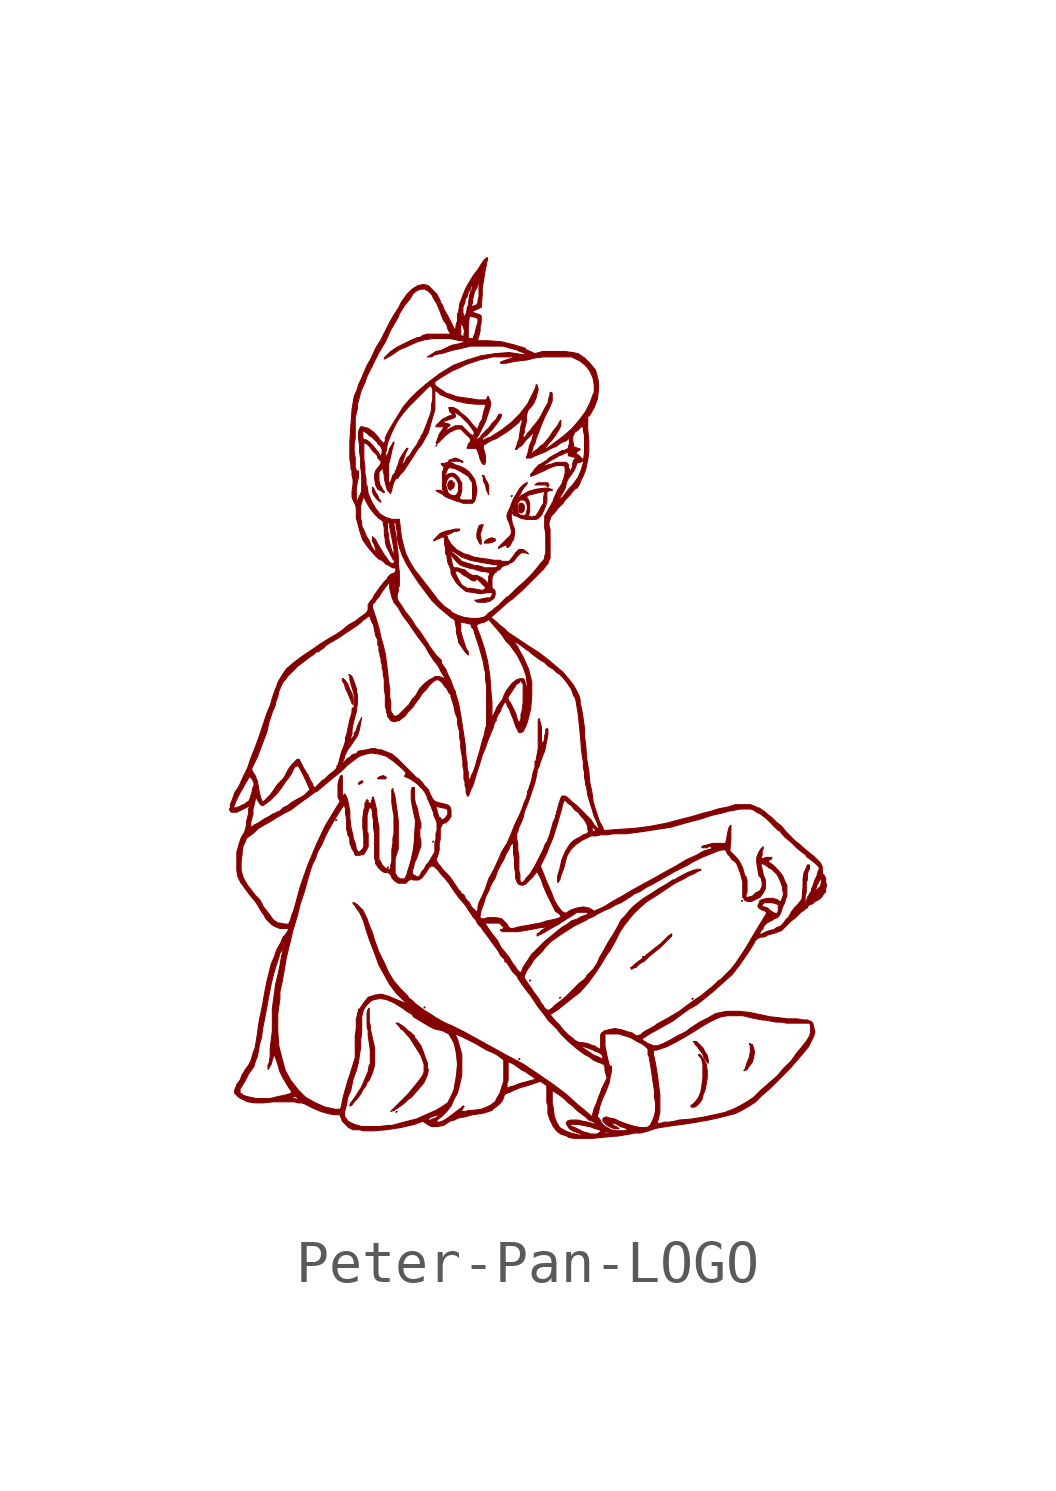
<source format=kicad_sym>
(kicad_symbol_lib
  (version 20211014)
  (generator kicad_symbol_editor)
  (symbol "Peter-Pan-LOGO"
    (pin_names
      (offset 1.016))
    (property "Reference" "G"
      (at 0 -9.982 0)
      (effects (font (size 1.524 1.524)) hide))
    (symbol "Peter-Pan-LOGO_0_0"
      (polyline (pts (xy -4.445 -3.226) (xy -4.47 -3.226) (xy -4.47 -3.251) (xy -4.445 -3.226)) (stroke (width 0.025) (type default) (color 0 0 0 0)) (fill (type outline)))
      (polyline (pts (xy -3.226 -4.343) (xy -3.251 -4.343) (xy -3.251 -4.369) (xy -3.226 -4.343)) (stroke (width 0.025) (type default) (color 0 0 0 0)) (fill (type outline)))
      (polyline (pts (xy -3.023 -10.109) (xy -3.048 -10.109) (xy -3.048 -10.135) (xy -3.023 -10.109)) (stroke (width 0.025) (type default) (color 0 0 0 0)) (fill (type outline)))
      (polyline (pts (xy -2.362 -7.645) (xy -2.388 -7.645) (xy -2.388 -7.671) (xy -2.362 -7.645)) (stroke (width 0.025) (type default) (color 0 0 0 0)) (fill (type outline)))
      (polyline (pts (xy -2.159 -3.734) (xy -2.184 -3.734) (xy -2.184 -3.759) (xy -2.159 -3.734)) (stroke (width 0.025) (type default) (color 0 0 0 0)) (fill (type outline)))
      (polyline (pts (xy -2.083 5.613) (xy -2.108 5.613) (xy -2.108 5.588) (xy -2.083 5.613)) (stroke (width 0.025) (type default) (color 0 0 0 0)) (fill (type outline)))
      (polyline (pts (xy -0.305 4.42) (xy -0.33 4.42) (xy -0.33 4.394) (xy -0.305 4.42)) (stroke (width 0.025) (type default) (color 0 0 0 0)) (fill (type outline)))
      (polyline (pts (xy -0.127 -8.865) (xy -0.152 -8.865) (xy -0.152 -8.89) (xy -0.127 -8.865)) (stroke (width 0.025) (type default) (color 0 0 0 0)) (fill (type outline)))
      (polyline (pts (xy 0.127 -7.01) (xy 0.102 -7.01) (xy 0.102 -7.036) (xy 0.127 -7.01)) (stroke (width 0.025) (type default) (color 0 0 0 0)) (fill (type outline)))
      (polyline (pts (xy 0.838 -7.417) (xy 0.813 -7.417) (xy 0.813 -7.442) (xy 0.838 -7.417)) (stroke (width 0.025) (type default) (color 0 0 0 0)) (fill (type outline)))
      (polyline (pts (xy 2.794 -6.452) (xy 2.769 -6.452) (xy 2.769 -6.477) (xy 2.794 -6.452)) (stroke (width 0.025) (type default) (color 0 0 0 0)) (fill (type outline)))
      (polyline (pts (xy 3.962 -7.442) (xy 3.937 -7.442) (xy 3.937 -7.468) (xy 3.962 -7.442)) (stroke (width 0.025) (type default) (color 0 0 0 0)) (fill (type outline)))
      (polyline (pts (xy 5.131 -5.131) (xy 5.105 -5.131) (xy 5.105 -5.156) (xy 5.131 -5.131)) (stroke (width 0.025) (type default) (color 0 0 0 0)) (fill (type outline)))
      (polyline (pts (xy -3.277 -2.235) (xy -3.302 -2.21) (xy -3.353 -2.184) (xy -3.429 -2.21) (xy -3.48 -2.235) (xy -3.48 -2.261) (xy -3.302 -2.261) (xy -3.277 -2.235)) (stroke (width 0.025) (type default) (color 0 0 0 0)) (fill (type outline)))
      (polyline (pts (xy -3.861 -2.362) (xy -3.835 -2.337) (xy -3.835 -2.311) (xy -3.861 -2.311) (xy -3.912 -2.337) (xy -3.937 -2.362) (xy -3.937 -2.388) (xy -3.912 -2.388) (xy -3.861 -2.362)) (stroke (width 0.025) (type default) (color 0 0 0 0)) (fill (type outline)))
      (polyline (pts (xy -0.051 4.039) (xy -0.025 4.089) (xy -0.025 4.191) (xy -0.076 4.242) (xy -0.127 4.242) (xy -0.152 4.191) (xy -0.152 4.039) (xy -0.102 4.013) (xy -0.051 4.039)) (stroke (width 0.025) (type default) (color 0 0 0 0)) (fill (type outline)))
      (polyline (pts (xy 0.559 4.674) (xy 0.533 4.699) (xy 0.533 4.724) (xy 0.305 4.724) (xy 0.254 4.699) (xy 0.229 4.674) (xy 0.483 4.674) (xy 0.533 4.623) (xy 0.559 4.674)) (stroke (width 0.025) (type default) (color 0 0 0 0)) (fill (type outline)))
      (polyline (pts (xy -0.762 3.327) (xy -0.711 3.353) (xy -0.711 3.404) (xy -0.737 3.404) (xy -0.787 3.429) (xy -0.864 3.404) (xy -0.914 3.378) (xy -0.965 3.327) (xy -0.965 3.302) (xy -0.864 3.302) (xy -0.762 3.327)) (stroke (width 0.025) (type default) (color 0 0 0 0)) (fill (type outline)))
      (polyline (pts (xy -3.429 4.318) (xy -3.454 4.343) (xy -3.48 4.42) (xy -3.531 4.496) (xy -3.581 4.597) (xy -3.607 4.623) (xy -3.607 4.521) (xy -3.581 4.445) (xy -3.505 4.343) (xy -3.454 4.293) (xy -3.404 4.267) (xy -3.429 4.318)) (stroke (width 0.025) (type default) (color 0 0 0 0)) (fill (type outline)))
      (polyline (pts (xy -0.864 4.648) (xy -0.889 4.724) (xy -0.94 4.801) (xy -0.965 4.877) (xy -0.991 4.902) (xy -1.016 4.902) (xy -0.991 4.851) (xy -0.991 4.775) (xy -0.94 4.674) (xy -0.914 4.547) (xy -0.864 4.445) (xy -0.864 4.648)) (stroke (width 0.025) (type default) (color 0 0 0 0)) (fill (type outline)))
      (polyline (pts (xy -1.753 4.572) (xy -1.702 4.597) (xy -1.676 4.648) (xy -1.676 4.724) (xy -1.702 4.724) (xy -1.727 4.775) (xy -1.778 4.775) (xy -1.803 4.75) (xy -1.829 4.699) (xy -1.829 4.648) (xy -1.803 4.572) (xy -1.753 4.547) (xy -1.753 4.572)) (stroke (width 0.025) (type default) (color 0 0 0 0)) (fill (type outline)))
      (polyline (pts (xy -1.041 3.378) (xy -1.067 3.505) (xy -1.016 3.658) (xy -1.016 3.683) (xy -0.991 3.734) (xy -1.041 3.734) (xy -1.092 3.708) (xy -1.118 3.632) (xy -1.143 3.531) (xy -1.143 3.429) (xy -1.067 3.277) (xy -1.041 3.277) (xy -1.041 3.378)) (stroke (width 0.025) (type default) (color 0 0 0 0)) (fill (type outline)))
      (polyline (pts (xy -4.064 -0.356) (xy -4.089 -0.254) (xy -4.14 -0.152) (xy -4.191 -0.025) (xy -4.242 0.051) (xy -4.293 0.102) (xy -4.318 0.102) (xy -4.318 0.051) (xy -4.267 -0.025) (xy -4.242 -0.127) (xy -4.191 -0.229) (xy -4.14 -0.356) (xy -4.115 -0.406) (xy -4.089 -0.483) (xy -4.064 -0.508) (xy -4.064 -0.356)) (stroke (width 0.025) (type default) (color 0 0 0 0)) (fill (type outline)))
      (polyline (pts (xy 4.318 -8.89) (xy 4.293 -8.788) (xy 4.242 -8.712) (xy 4.191 -8.611) (xy 4.039 -8.458) (xy 3.962 -8.458) (xy 3.988 -8.484) (xy 4.013 -8.534) (xy 4.064 -8.585) (xy 4.115 -8.661) (xy 4.191 -8.763) (xy 4.216 -8.839) (xy 4.267 -8.915) (xy 4.293 -8.941) (xy 4.293 -8.966) (xy 4.318 -8.966) (xy 4.318 -8.89)) (stroke (width 0.025) (type default) (color 0 0 0 0)) (fill (type outline)))
      (polyline (pts (xy 5.232 -9.119) (xy 5.283 -9.042) (xy 5.359 -8.941) (xy 5.385 -8.839) (xy 5.41 -8.712) (xy 5.385 -8.611) (xy 5.359 -8.534) (xy 5.334 -8.534) (xy 5.309 -8.509) (xy 5.283 -8.509) (xy 5.309 -8.56) (xy 5.309 -8.712) (xy 5.283 -8.839) (xy 5.232 -8.966) (xy 5.182 -9.119) (xy 5.156 -9.144) (xy 5.182 -9.144) (xy 5.232 -9.119)) (stroke (width 0.025) (type default) (color 0 0 0 0)) (fill (type outline)))
      (polyline (pts (xy 2.54 -6.731) (xy 2.616 -6.706) (xy 2.692 -6.629) (xy 2.819 -6.553) (xy 2.921 -6.452) (xy 3.175 -6.248) (xy 3.454 -5.969) (xy 3.454 -5.918) (xy 3.378 -5.969) (xy 3.2 -6.147) (xy 3.099 -6.223) (xy 2.845 -6.426) (xy 2.794 -6.477) (xy 2.591 -6.629) (xy 2.515 -6.706) (xy 2.489 -6.706) (xy 2.489 -6.731) (xy 2.515 -6.756) (xy 2.54 -6.731)) (stroke (width 0.025) (type default) (color 0 0 0 0)) (fill (type outline)))
      (polyline (pts (xy 4.039 -9.982) (xy 4.115 -9.906) (xy 4.166 -9.83) (xy 4.191 -9.728) (xy 4.242 -9.601) (xy 4.267 -9.474) (xy 4.293 -9.322) (xy 4.293 -9.144) (xy 4.267 -8.992) (xy 4.216 -8.89) (xy 4.14 -8.788) (xy 4.115 -8.763) (xy 4.089 -8.763) (xy 4.089 -8.788) (xy 4.14 -8.839) (xy 4.166 -8.89) (xy 4.191 -9.017) (xy 4.191 -9.322) (xy 4.166 -9.5) (xy 4.14 -9.652) (xy 4.089 -9.779) (xy 4.013 -9.881) (xy 3.937 -9.957) (xy 3.912 -9.957) (xy 3.912 -10.008) (xy 3.988 -10.008) (xy 4.039 -9.982)) (stroke (width 0.025) (type default) (color 0 0 0 0)) (fill (type outline)))
      (polyline (pts (xy -4.089 -9.957) (xy -4.039 -9.881) (xy -3.962 -9.804) (xy -3.886 -9.703) (xy -3.835 -9.601) (xy -3.759 -9.5) (xy -3.734 -9.423) (xy -3.683 -9.373) (xy -3.607 -9.195) (xy -3.556 -9.017) (xy -3.556 -8.611) (xy -3.607 -8.382) (xy -3.632 -8.28) (xy -3.658 -8.153) (xy -3.658 -8.077) (xy -3.683 -8.001) (xy -3.683 -7.671) (xy -3.708 -7.696) (xy -3.734 -7.772) (xy -3.734 -8.103) (xy -3.708 -8.204) (xy -3.708 -8.306) (xy -3.658 -8.661) (xy -3.658 -8.992) (xy -3.683 -9.017) (xy -3.708 -9.169) (xy -3.861 -9.525) (xy -3.988 -9.728) (xy -4.039 -9.804) (xy -4.115 -9.906) (xy -4.14 -9.957) (xy -4.14 -9.982) (xy -4.089 -9.957)) (stroke (width 0.025) (type default) (color 0 0 0 0)) (fill (type outline)))
      (polyline (pts (xy -3.099 -10.084) (xy -2.946 -9.982) (xy -2.845 -9.906) (xy -2.769 -9.83) (xy -2.692 -9.779) (xy -2.515 -9.576) (xy -2.388 -9.423) (xy -2.311 -9.246) (xy -2.286 -9.119) (xy -2.311 -9.093) (xy -2.311 -8.966) (xy -2.362 -8.839) (xy -2.413 -8.687) (xy -2.464 -8.56) (xy -2.54 -8.458) (xy -2.591 -8.382) (xy -2.616 -8.382) (xy -2.616 -8.331) (xy -2.692 -8.255) (xy -2.769 -8.204) (xy -2.845 -8.128) (xy -2.997 -8.026) (xy -3.048 -8.026) (xy -2.972 -8.103) (xy -2.921 -8.179) (xy -2.896 -8.179) (xy -2.718 -8.382) (xy -2.464 -8.788) (xy -2.388 -8.992) (xy -2.388 -9.169) (xy -2.413 -9.246) (xy -2.464 -9.322) (xy -2.54 -9.423) (xy -2.642 -9.55) (xy -2.769 -9.703) (xy -3.175 -10.109) (xy -3.099 -10.084)) (stroke (width 0.025) (type default) (color 0 0 0 0)) (fill (type outline)))
      (polyline (pts (xy -1.194 4.293) (xy -1.168 4.394) (xy -1.143 4.521) (xy -1.143 4.572) (xy -1.168 4.699) (xy -1.194 4.801) (xy -1.245 4.877) (xy -1.321 4.978) (xy -1.422 5.055) (xy -1.524 5.105) (xy -1.676 5.156) (xy -1.702 5.182) (xy -1.778 5.207) (xy -1.778 5.232) (xy -1.549 5.232) (xy -1.499 5.207) (xy -1.473 5.207) (xy -1.473 5.232) (xy -1.575 5.283) (xy -1.651 5.309) (xy -1.803 5.258) (xy -1.803 5.232) (xy -1.829 5.207) (xy -1.905 5.182) (xy -1.981 5.182) (xy -1.981 5.156) (xy -1.93 5.105) (xy -1.905 5.105) (xy -1.93 5.055) (xy -1.93 5.029) (xy -1.956 4.978) (xy -1.956 4.902) (xy -1.88 4.902) (xy -1.88 4.928) (xy -1.854 5.004) (xy -1.829 5.055) (xy -1.803 5.08) (xy -1.753 5.08) (xy -1.651 5.055) (xy -1.549 5.004) (xy -1.422 4.928) (xy -1.346 4.877) (xy -1.245 4.724) (xy -1.245 4.343) (xy -1.27 4.318) (xy -1.499 4.318) (xy -1.549 4.343) (xy -1.549 4.394) (xy -1.524 4.445) (xy -1.499 4.547) (xy -1.499 4.724) (xy -1.524 4.75) (xy -1.575 4.851) (xy -1.651 4.928) (xy -1.727 4.953) (xy -1.829 4.928) (xy -1.854 4.902) (xy -1.88 4.902) (xy -1.956 4.902) (xy -1.956 4.674) (xy -1.88 4.674) (xy -1.854 4.775) (xy -1.803 4.851) (xy -1.778 4.877) (xy -1.727 4.877) (xy -1.676 4.851) (xy -1.626 4.801) (xy -1.575 4.699) (xy -1.575 4.547) (xy -1.6 4.47) (xy -1.651 4.42) (xy -1.702 4.42) (xy -1.778 4.445) (xy -1.829 4.496) (xy -1.854 4.597) (xy -1.88 4.674) (xy -1.956 4.674) (xy -1.956 4.572) (xy -1.93 4.547) (xy -1.93 4.521) (xy -1.956 4.521) (xy -2.007 4.547) (xy -2.108 4.547) (xy -2.083 4.521) (xy -1.981 4.47) (xy -1.88 4.394) (xy -1.626 4.293) (xy -1.524 4.267) (xy -1.473 4.242) (xy -1.245 4.242) (xy -1.194 4.293)) (stroke (width 0.025) (type default) (color 0 0 0 0)) (fill (type outline)))
      (polyline (pts (xy -0.127 4.445) (xy -0.076 4.547) (xy -0.025 4.623) (xy 0.025 4.674) (xy 0.051 4.724) (xy 0.025 4.724) (xy -0.051 4.674) (xy -0.127 4.597) (xy -0.279 4.343) (xy -0.33 4.216) (xy -0.356 4.14) (xy -0.406 4.039) (xy -0.432 3.962) (xy -0.432 3.912) (xy -0.406 3.835) (xy -0.381 3.785) (xy -0.356 3.708) (xy -0.33 3.607) (xy -0.33 3.531) (xy -0.356 3.48) (xy -0.635 3.2) (xy -0.635 3.175) (xy -0.483 3.251) (xy -0.457 3.251) (xy -0.432 3.226) (xy -0.432 3.2) (xy -0.406 3.2) (xy -0.356 3.251) (xy -0.305 3.353) (xy -0.279 3.378) (xy -0.254 3.531) (xy -0.254 3.632) (xy -0.305 3.759) (xy -0.33 3.886) (xy -0.33 3.988) (xy -0.279 4.166) (xy -0.279 4.039) (xy -0.178 4.039) (xy -0.178 4.242) (xy -0.127 4.318) (xy -0.025 4.318) (xy 0.025 4.267) (xy 0.051 4.166) (xy 0.051 4.115) (xy 0.025 4.013) (xy 0.025 3.988) (xy -0.025 3.937) (xy -0.076 3.962) (xy -0.127 3.962) (xy -0.152 3.988) (xy -0.178 4.039) (xy -0.279 4.039) (xy -0.305 4.013) (xy -0.279 3.962) (xy -0.203 3.937) (xy -0.102 3.886) (xy 0.025 3.861) (xy 0.254 3.861) (xy 0.305 3.886) (xy 0.381 3.962) (xy 0.432 4.064) (xy 0.483 4.191) (xy 0.508 4.267) (xy 0.508 4.496) (xy 0.533 4.521) (xy 0.584 4.547) (xy 0.635 4.547) (xy 0.635 4.572) (xy 0.61 4.572) (xy 0.533 4.597) (xy 0.457 4.597) (xy 0.254 4.572) (xy 0.076 4.521) (xy -0.102 4.42) (xy -0.127 4.394) (xy 0.025 4.394) (xy 0.102 4.445) (xy 0.127 4.445) (xy 0.33 4.496) (xy 0.457 4.521) (xy 0.432 4.369) (xy 0.432 4.242) (xy 0.381 4.166) (xy 0.33 4.064) (xy 0.279 3.988) (xy 0.254 3.937) (xy 0.203 3.937) (xy 0.152 3.912) (xy 0.102 3.937) (xy 0.076 3.937) (xy 0.076 3.962) (xy 0.102 4.039) (xy 0.102 4.242) (xy 0.076 4.318) (xy 0.025 4.394) (xy -0.127 4.394) (xy -0.178 4.369) (xy -0.152 4.42) (xy -0.127 4.445)) (stroke (width 0.025) (type default) (color 0 0 0 0)) (fill (type outline)))
      (polyline (pts (xy -0.838 1.93) (xy -0.762 1.981) (xy -0.737 2.007) (xy -0.711 2.083) (xy -0.711 2.159) (xy -0.737 2.21) (xy -0.762 2.21) (xy -0.787 2.261) (xy -0.787 2.464) (xy -0.762 2.54) (xy -0.711 2.616) (xy -0.686 2.616) (xy -0.686 2.642) (xy -0.584 2.692) (xy -0.584 2.718) (xy -0.508 2.769) (xy -0.406 2.794) (xy -0.381 2.819) (xy -0.279 2.87) (xy -0.203 2.972) (xy -0.102 3.073) (xy 0 3.073) (xy 0.076 3.048) (xy 0.025 3.099) (xy -0.051 3.15) (xy -0.152 3.15) (xy -0.229 3.073) (xy -0.279 2.997) (xy -0.381 2.87) (xy -0.559 2.87) (xy -0.584 2.896) (xy -0.737 2.896) (xy -0.889 2.921) (xy -1.067 2.946) (xy -1.219 2.972) (xy -1.346 3.023) (xy -1.448 3.048) (xy -1.626 3.15) (xy -1.753 3.277) (xy -1.829 3.404) (xy -1.829 3.429) (xy -1.854 3.48) (xy -1.854 3.505) (xy -1.829 3.505) (xy -1.753 3.531) (xy -1.676 3.581) (xy -1.6 3.581) (xy -1.549 3.607) (xy -1.549 3.632) (xy -1.651 3.632) (xy -1.753 3.607) (xy -1.88 3.581) (xy -2.007 3.531) (xy -2.159 3.378) (xy -2.159 3.353) (xy -2.057 3.404) (xy -1.93 3.454) (xy -1.905 3.404) (xy -1.905 3.277) (xy -1.88 3.175) (xy -1.88 3.124) (xy -1.778 3.124) (xy -1.778 3.15) (xy -1.702 3.099) (xy -1.651 3.073) (xy -1.499 2.972) (xy -1.295 2.896) (xy -1.041 2.845) (xy -0.737 2.794) (xy -0.686 2.794) (xy -0.635 2.769) (xy -0.66 2.743) (xy -0.711 2.718) (xy -0.965 2.718) (xy -1.016 2.743) (xy -1.118 2.769) (xy -1.219 2.769) (xy -1.245 2.794) (xy -1.346 2.819) (xy -1.499 2.87) (xy -1.626 2.997) (xy -1.727 3.073) (xy -1.778 3.124) (xy -1.88 3.124) (xy -1.88 3.048) (xy -1.778 3.048) (xy -1.651 2.896) (xy -1.549 2.794) (xy -1.499 2.769) (xy -1.346 2.718) (xy -1.219 2.692) (xy -1.067 2.642) (xy -0.889 2.616) (xy -0.838 2.591) (xy -0.838 2.565) (xy -0.864 2.515) (xy -0.864 2.438) (xy -0.889 2.337) (xy -0.94 2.413) (xy -0.965 2.438) (xy -1.041 2.489) (xy -1.143 2.54) (xy -1.245 2.54) (xy -1.295 2.565) (xy -1.372 2.616) (xy -1.422 2.667) (xy -1.524 2.692) (xy -1.6 2.718) (xy -1.676 2.718) (xy -1.702 2.743) (xy -1.727 2.819) (xy -1.753 2.946) (xy -1.778 3.048) (xy -1.88 3.048) (xy -1.854 3.023) (xy -1.829 2.845) (xy -1.753 2.667) (xy -1.753 2.591) (xy -1.651 2.591) (xy -1.651 2.642) (xy -1.6 2.642) (xy -1.549 2.616) (xy -1.448 2.54) (xy -1.397 2.515) (xy -1.245 2.413) (xy -1.168 2.413) (xy -1.168 2.438) (xy -1.194 2.464) (xy -1.168 2.464) (xy -1.118 2.438) (xy -0.914 2.235) (xy -0.94 2.235) (xy -0.965 2.21) (xy -1.016 2.184) (xy -1.143 2.21) (xy -1.295 2.235) (xy -1.372 2.235) (xy -1.499 2.311) (xy -1.575 2.438) (xy -1.651 2.591) (xy -1.753 2.591) (xy -1.702 2.489) (xy -1.626 2.362) (xy -1.524 2.261) (xy -1.397 2.159) (xy -1.219 2.134) (xy -1.067 2.108) (xy -0.864 2.134) (xy -0.787 2.134) (xy -0.762 2.108) (xy -0.787 2.083) (xy -0.787 2.057) (xy -0.838 2.007) (xy -0.914 2.007) (xy -1.041 1.981) (xy -1.143 1.956) (xy -1.194 1.956) (xy -1.168 1.93) (xy -1.118 1.905) (xy -0.94 1.905) (xy -0.838 1.93)) (stroke (width 0.025) (type default) (color 0 0 0 0)) (fill (type outline)))
      (polyline (pts (xy -1.829 8.661) (xy -1.905 8.788) (xy -1.956 8.915) (xy -2.007 8.992) (xy -2.007 9.017) (xy -2.083 9.169) (xy -2.286 9.373) (xy -2.362 9.398) (xy -2.438 9.398) (xy -2.54 9.373) (xy -2.667 9.296) (xy -2.794 9.169) (xy -2.921 8.992) (xy -2.997 8.839) (xy -3.099 8.687) (xy -3.2 8.509) (xy -3.404 8.103) (xy -3.531 7.899) (xy -3.632 7.671) (xy -3.734 7.493) (xy -3.886 7.137) (xy -3.937 7.036) (xy -3.962 6.934) (xy -4.039 6.756) (xy -4.089 6.452) (xy -4.115 6.096) (xy -4.14 5.69) (xy -4.14 5.461) (xy -4.039 5.461) (xy -4.039 5.639) (xy -4.013 5.791) (xy -4.013 6.248) (xy -3.988 6.375) (xy -3.962 6.477) (xy -3.962 6.579) (xy -3.937 6.655) (xy -3.886 6.858) (xy -3.835 6.985) (xy -3.785 7.087) (xy -3.734 7.239) (xy -3.454 7.798) (xy -3.302 8.052) (xy -3.175 8.331) (xy -2.997 8.636) (xy -2.972 8.712) (xy -2.845 8.915) (xy -2.718 9.068) (xy -2.642 9.195) (xy -2.54 9.271) (xy -2.438 9.296) (xy -2.362 9.296) (xy -2.337 9.271) (xy -2.286 9.246) (xy -2.21 9.169) (xy -2.159 9.068) (xy -2.083 8.941) (xy -2.007 8.763) (xy -1.981 8.687) (xy -1.93 8.56) (xy -1.854 8.458) (xy -1.829 8.357) (xy -1.803 8.306) (xy -1.753 8.23) (xy -2.311 8.23) (xy -2.413 8.204) (xy -1.524 8.204) (xy -1.524 8.484) (xy -1.473 8.433) (xy -1.448 8.357) (xy -1.422 8.255) (xy -1.448 8.255) (xy -1.448 8.179) (xy -1.473 8.179) (xy -1.524 8.204) (xy -2.413 8.204) (xy -2.489 8.153) (xy -1.346 8.153) (xy -1.346 8.407) (xy -1.321 8.661) (xy -1.219 8.636) (xy -1.194 8.636) (xy -1.143 8.611) (xy -1.118 8.611) (xy -1.118 8.509) (xy -1.143 8.433) (xy -1.194 8.23) (xy -1.219 8.179) (xy -1.219 8.128) (xy -1.321 8.128) (xy -1.346 8.153) (xy -2.489 8.153) (xy -2.54 8.153) (xy -2.718 8.077) (xy -3.023 7.925) (xy -3.175 7.823) (xy -3.327 7.671) (xy -3.327 7.645) (xy -3.226 7.696) (xy -3.099 7.772) (xy -2.997 7.849) (xy -2.896 7.899) (xy -2.819 7.925) (xy -2.718 7.976) (xy -2.54 8.052) (xy -2.362 8.103) (xy -2.184 8.128) (xy -1.778 8.128) (xy -1.651 8.103) (xy -1.549 8.077) (xy -1.473 8.077) (xy -1.448 8.052) (xy -1.448 8.026) (xy -1.499 8.026) (xy -1.575 8.001) (xy -1.702 7.976) (xy -1.778 7.95) (xy -1.981 7.849) (xy -2.108 7.823) (xy -2.261 7.722) (xy -2.311 7.696) (xy -2.21 7.696) (xy -2.134 7.747) (xy -2.007 7.772) (xy -1.981 7.772) (xy -1.727 7.849) (xy -1.499 7.899) (xy -1.295 7.95) (xy -0.533 7.95) (xy -0.432 7.925) (xy -0.356 7.899) (xy -0.254 7.874) (xy -0.229 7.874) (xy -0.127 7.823) (xy -0.051 7.798) (xy 0 7.772) (xy 0 7.747) (xy -0.051 7.747) (xy -0.381 7.798) (xy -0.711 7.772) (xy -1.041 7.722) (xy -1.372 7.62) (xy -1.702 7.493) (xy -2.032 7.29) (xy -2.362 7.036) (xy -2.134 7.036) (xy -2.134 7.112) (xy -1.981 7.214) (xy -1.727 7.366) (xy -1.549 7.442) (xy -1.397 7.518) (xy -1.092 7.62) (xy -0.762 7.696) (xy -0.203 7.696) (xy -0.381 7.645) (xy -0.533 7.595) (xy -0.584 7.569) (xy -0.584 7.544) (xy -0.457 7.544) (xy -0.356 7.569) (xy -0.203 7.595) (xy 0 7.62) (xy 0.025 7.62) (xy 0.229 7.671) (xy 0.432 7.696) (xy 1.092 7.696) (xy 1.295 7.595) (xy 1.422 7.493) (xy 1.524 7.366) (xy 1.6 7.188) (xy 1.626 7.036) (xy 1.626 6.858) (xy 1.6 6.807) (xy 1.524 6.604) (xy 1.422 6.401) (xy 1.27 6.198) (xy 1.092 5.994) (xy 0.889 5.817) (xy 0.584 5.588) (xy 0.508 5.537) (xy 0.457 5.537) (xy 0.508 5.588) (xy 0.559 5.664) (xy 0.61 5.715) (xy 0.711 5.842) (xy 0.787 5.969) (xy 0.838 6.071) (xy 0.838 6.198) (xy 0.813 6.172) (xy 0.762 6.071) (xy 0.66 5.944) (xy 0.559 5.791) (xy 0.432 5.639) (xy 0.356 5.588) (xy 0.279 5.512) (xy 0.203 5.461) (xy 0.152 5.41) (xy 0.127 5.41) (xy 0.152 5.461) (xy 0.178 5.537) (xy 0.178 5.563) (xy 0.229 5.664) (xy 0.254 5.766) (xy 0.305 5.893) (xy 0.381 6.096) (xy 0.457 6.274) (xy 0.584 6.528) (xy 0.635 6.655) (xy 0.635 6.833) (xy 0.61 6.858) (xy 0.584 6.858) (xy 0.584 6.807) (xy 0.559 6.731) (xy 0.533 6.604) (xy 0.457 6.477) (xy 0.381 6.325) (xy 0.305 6.198) (xy 0.203 6.071) (xy 0.178 6.045) (xy 0.127 5.969) (xy 0.051 5.893) (xy 0.025 5.842) (xy -0.025 5.791) (xy -0.051 5.791) (xy -0.051 5.893) (xy -0.025 5.893) (xy -0.025 5.969) (xy 0.025 6.172) (xy 0.025 6.299) (xy 0.051 6.401) (xy 0.076 6.452) (xy 0.127 6.502) (xy 0.203 6.604) (xy 0.254 6.731) (xy 0.305 6.934) (xy 0.279 7.01) (xy 0.279 7.036) (xy 0.254 7.036) (xy 0.254 7.01) (xy 0.229 6.934) (xy 0.051 6.579) (xy -0.127 6.35) (xy -0.33 6.147) (xy -0.559 5.969) (xy -0.838 5.791) (xy -0.864 5.791) (xy -1.016 5.715) (xy -1.041 5.715) (xy -1.016 5.74) (xy -0.991 5.791) (xy -0.914 5.842) (xy -0.787 5.969) (xy -0.635 6.172) (xy -0.584 6.248) (xy -0.559 6.325) (xy -0.584 6.35) (xy -0.635 6.325) (xy -0.686 6.223) (xy -0.787 6.121) (xy -0.838 6.045) (xy -1.016 5.867) (xy -1.067 5.791) (xy -1.143 5.74) (xy -1.168 5.715) (xy -1.168 5.74) (xy -1.143 5.791) (xy -1.092 5.867) (xy -0.94 6.172) (xy -0.838 6.477) (xy -0.813 6.604) (xy -0.838 6.68) (xy -0.864 6.731) (xy -0.864 6.756) (xy -0.889 6.756) (xy -0.889 6.731) (xy -0.914 6.706) (xy -0.914 6.68) (xy -1.118 6.68) (xy -1.27 6.706) (xy -1.626 6.756) (xy -1.753 6.807) (xy -1.854 6.833) (xy -2.083 6.985) (xy -2.134 7.036) (xy -2.362 7.036) (xy -2.388 7.01) (xy -2.54 6.883) (xy -2.718 6.706) (xy -2.87 6.528) (xy -3.124 6.121) (xy -3.226 5.944) (xy -3.302 5.791) (xy -3.302 5.715) (xy -3.327 5.664) (xy -3.353 5.664) (xy -3.429 5.74) (xy -3.505 5.842) (xy -3.581 5.918) (xy -3.683 5.994) (xy -3.734 6.02) (xy -3.759 6.02) (xy -3.835 6.045) (xy -3.886 6.045) (xy -3.912 5.994) (xy -3.937 5.918) (xy -3.937 5.791) (xy -3.835 5.791) (xy -3.835 5.944) (xy -3.81 5.944) (xy -3.734 5.893) (xy -3.683 5.842) (xy -3.607 5.791) (xy -3.505 5.69) (xy -3.454 5.613) (xy -3.429 5.613) (xy -3.378 5.512) (xy -3.378 5.436) (xy -3.404 5.334) (xy -3.48 5.461) (xy -3.505 5.486) (xy -3.607 5.613) (xy -3.683 5.69) (xy -3.759 5.74) (xy -3.81 5.74) (xy -3.835 5.791) (xy -3.937 5.791) (xy -3.912 5.613) (xy -3.912 5.461) (xy -3.886 5.283) (xy -3.81 5.283) (xy -3.81 5.664) (xy -3.785 5.664) (xy -3.734 5.639) (xy -3.683 5.588) (xy -3.607 5.486) (xy -3.505 5.385) (xy -3.48 5.334) (xy -3.48 5.309) (xy -3.302 5.309) (xy -3.302 5.41) (xy -3.277 5.512) (xy -3.251 5.664) (xy -3.15 5.918) (xy -3.023 6.172) (xy -2.896 6.35) (xy -2.743 6.528) (xy -2.286 6.985) (xy -2.235 7.01) (xy -2.21 6.985) (xy -2.184 6.934) (xy -2.184 6.68) (xy -2.21 6.579) (xy -2.21 6.477) (xy -2.235 6.35) (xy -2.286 6.223) (xy -2.311 6.147) (xy -2.413 5.893) (xy -2.464 5.817) (xy -2.464 5.791) (xy -2.515 5.715) (xy -2.565 5.613) (xy -2.642 5.512) (xy -2.718 5.385) (xy -2.794 5.309) (xy -2.845 5.207) (xy -2.921 5.131) (xy -2.921 5.156) (xy -2.896 5.207) (xy -2.819 5.436) (xy -2.769 5.537) (xy -2.794 5.537) (xy -2.819 5.512) (xy -2.921 5.359) (xy -2.972 5.258) (xy -2.997 5.156) (xy -3.023 5.105) (xy -3.048 5.029) (xy -3.073 4.978) (xy -3.073 4.953) (xy -3.124 4.902) (xy -3.175 4.75) (xy -3.2 4.724) (xy -3.226 4.724) (xy -3.226 5.156) (xy -3.175 5.359) (xy -3.15 5.486) (xy -3.099 5.664) (xy -3.099 5.69) (xy -3.124 5.664) (xy -3.15 5.613) (xy -3.2 5.537) (xy -3.226 5.436) (xy -3.302 5.309) (xy -3.48 5.309) (xy -3.429 5.258) (xy -3.404 5.232) (xy -3.404 5.182) (xy -3.454 5.105) (xy -3.48 5.08) (xy -3.531 5.004) (xy -3.556 4.928) (xy -3.556 4.826) (xy -3.531 4.674) (xy -3.48 4.572) (xy -3.378 4.521) (xy -3.353 4.496) (xy -3.327 4.496) (xy -3.327 4.521) (xy -3.378 4.572) (xy -3.378 4.597) (xy -3.429 4.674) (xy -3.454 4.775) (xy -3.454 4.978) (xy -3.378 5.055) (xy -3.353 5.055) (xy -3.353 5.004) (xy -3.327 4.902) (xy -3.327 4.826) (xy -3.277 4.623) (xy -3.251 4.547) (xy -3.175 4.47) (xy -3.175 4.496) (xy -3.15 4.547) (xy -3.15 4.572) (xy -3.124 4.674) (xy -3.099 4.75) (xy -3.048 4.826) (xy -3.023 4.826) (xy -2.997 4.851) (xy -2.946 4.928) (xy -2.87 5.004) (xy -2.667 5.309) (xy -2.54 5.512) (xy -2.438 5.639) (xy -2.286 5.918) (xy -2.21 6.198) (xy -2.134 6.452) (xy -2.134 6.909) (xy -2.057 6.858) (xy -2.007 6.807) (xy -1.829 6.731) (xy -1.626 6.655) (xy -1.397 6.604) (xy -1.168 6.579) (xy -0.914 6.579) (xy -0.94 6.553) (xy -0.94 6.528) (xy -0.965 6.452) (xy -0.991 6.35) (xy -1.016 6.223) (xy -1.067 6.147) (xy -1.092 6.071) (xy -1.118 6.02) (xy -1.118 5.994) (xy -1.143 5.994) (xy -1.245 6.096) (xy -1.321 6.198) (xy -1.422 6.299) (xy -1.524 6.375) (xy -1.6 6.452) (xy -1.702 6.502) (xy -1.803 6.502) (xy -1.803 6.477) (xy -1.778 6.401) (xy -1.702 6.325) (xy -1.803 6.299) (xy -1.956 6.223) (xy -2.032 6.147) (xy -1.93 6.147) (xy -1.93 6.172) (xy -1.702 6.248) (xy -1.651 6.274) (xy -1.651 6.325) (xy -1.676 6.375) (xy -1.676 6.401) (xy -1.524 6.299) (xy -1.346 6.121) (xy -1.27 6.02) (xy -1.219 5.944) (xy -1.194 5.867) (xy -1.219 5.867) (xy -1.219 5.842) (xy -1.245 5.842) (xy -1.295 5.867) (xy -1.499 6.071) (xy -1.651 6.071) (xy -1.803 5.994) (xy -1.829 5.969) (xy -1.854 5.969) (xy -1.854 5.994) (xy -1.829 6.045) (xy -1.778 6.071) (xy -1.778 6.096) (xy -1.829 6.121) (xy -1.88 6.121) (xy -1.905 6.147) (xy -1.93 6.147) (xy -2.032 6.147) (xy -2.108 6.071) (xy -2.108 6.045) (xy -1.905 6.045) (xy -1.93 6.02) (xy -2.032 5.867) (xy -2.083 5.715) (xy -2.108 5.664) (xy -2.083 5.639) (xy -2.083 5.664) (xy -2.057 5.664) (xy -1.88 5.842) (xy -1.778 5.918) (xy -1.676 5.969) (xy -1.6 5.994) (xy -1.524 5.994) (xy -1.295 5.766) (xy -1.295 5.69) (xy -1.346 5.639) (xy -1.346 5.613) (xy -1.372 5.563) (xy -1.372 5.537) (xy -1.168 5.537) (xy -1.143 5.512) (xy -1.118 5.461) (xy -1.041 5.461) (xy -1.016 5.461) (xy -1.041 5.436) (xy -1.041 5.461) (xy -1.118 5.461) (xy -1.092 5.385) (xy -1.067 5.283) (xy -1.016 5.182) (xy -0.991 5.156) (xy -0.965 5.156) (xy -0.94 5.207) (xy -0.94 5.359) (xy -0.965 5.461) (xy -0.991 5.537) (xy -0.991 5.613) (xy -0.94 5.639) (xy -0.864 5.69) (xy -0.762 5.74) (xy -0.686 5.766) (xy -0.406 5.944) (xy -0.152 6.147) (xy -0.127 6.198) (xy -0.076 6.223) (xy -0.051 6.198) (xy -0.076 6.198) (xy -0.076 6.147) (xy -0.102 6.071) (xy -0.152 5.74) (xy -0.076 5.74) (xy -0.051 5.74) (xy -0.076 5.715) (xy -0.076 5.74) (xy -0.152 5.74) (xy -0.178 5.69) (xy -0.203 5.588) (xy -0.229 5.537) (xy -0.229 5.512) (xy -0.203 5.512) (xy -0.152 5.563) (xy -0.076 5.613) (xy 0 5.715) (xy 0.203 5.918) (xy 0.203 5.893) (xy 0.178 5.817) (xy 0.152 5.715) (xy 0.102 5.613) (xy 0.076 5.486) (xy 0.051 5.385) (xy 0.025 5.334) (xy 0.025 5.309) (xy 0.127 5.309) (xy 0.229 5.359) (xy 0.483 5.461) (xy 0.61 5.537) (xy 0.737 5.588) (xy 0.838 5.664) (xy 0.889 5.69) (xy 0.965 5.715) (xy 1.016 5.766) (xy 1.041 5.766) (xy 1.041 5.715) (xy 1.118 5.715) (xy 1.118 5.817) (xy 1.168 5.918) (xy 1.245 5.969) (xy 1.321 6.045) (xy 1.346 6.045) (xy 1.372 6.02) (xy 1.372 5.944) (xy 1.397 5.842) (xy 1.397 5.436) (xy 1.372 5.258) (xy 1.245 5.385) (xy 1.194 5.41) (xy 1.219 5.461) (xy 1.27 5.486) (xy 1.295 5.512) (xy 1.27 5.537) (xy 1.219 5.537) (xy 1.194 5.563) (xy 1.143 5.563) (xy 1.143 5.613) (xy 1.118 5.715) (xy 1.041 5.715) (xy 1.041 5.639) (xy 1.016 5.588) (xy 1.016 5.537) (xy 0.914 5.486) (xy 0.864 5.486) (xy 0.787 5.436) (xy 0.686 5.385) (xy 0.559 5.309) (xy 0.508 5.258) (xy 0.432 5.207) (xy 0.381 5.182) (xy 0.356 5.156) (xy 0.33 5.156) (xy 0.279 5.105) (xy 0.406 5.105) (xy 0.457 5.156) (xy 0.61 5.258) (xy 0.711 5.309) (xy 0.787 5.359) (xy 0.864 5.385) (xy 0.965 5.436) (xy 1.041 5.436) (xy 1.041 5.41) (xy 1.016 5.41) (xy 1.016 5.359) (xy 1.041 5.359) (xy 1.118 5.334) (xy 1.143 5.334) (xy 1.194 5.309) (xy 1.143 5.258) (xy 1.118 5.182) (xy 1.118 5.105) (xy 1.067 5.004) (xy 1.041 4.978) (xy 1.041 5.055) (xy 1.016 5.055) (xy 1.016 5.156) (xy 0.965 5.207) (xy 0.737 5.207) (xy 0.584 5.156) (xy 0.559 5.156) (xy 0.406 5.105) (xy 0.279 5.105) (xy 0.229 5.055) (xy 0.178 4.978) (xy 0.127 4.928) (xy 0.127 4.877) (xy 0.203 4.902) (xy 0.432 5.004) (xy 0.584 5.08) (xy 0.737 5.131) (xy 0.914 5.131) (xy 0.94 5.08) (xy 0.94 4.953) (xy 0.914 4.851) (xy 0.864 4.699) (xy 0.762 4.547) (xy 0.66 4.318) (xy 0.66 4.293) (xy 0.762 4.293) (xy 0.889 4.496) (xy 0.94 4.597) (xy 0.965 4.699) (xy 0.965 4.724) (xy 1.016 4.826) (xy 1.092 4.928) (xy 1.143 5.004) (xy 1.194 5.105) (xy 1.194 5.131) (xy 1.219 5.182) (xy 1.245 5.207) (xy 1.295 5.207) (xy 1.346 5.232) (xy 1.372 5.258) (xy 1.372 5.207) (xy 1.321 5.029) (xy 1.245 4.851) (xy 1.118 4.674) (xy 1.041 4.597) (xy 0.889 4.394) (xy 0.762 4.293) (xy 0.66 4.293) (xy 0.457 3.937) (xy 0.457 3.658) (xy 0.483 3.531) (xy 0.483 3.048) (xy 0.457 2.997) (xy 0.457 2.946) (xy 0.432 2.896) (xy 0.381 2.845) (xy 0.279 2.718) (xy 0.152 2.565) (xy 0 2.413) (xy -0.203 2.235) (xy -0.406 2.032) (xy -0.432 2.032) (xy -0.635 1.829) (xy -0.737 1.753) (xy -0.787 1.702) (xy -0.864 1.651) (xy -0.94 1.575) (xy -0.991 1.549) (xy -1.118 1.524) (xy -1.27 1.524) (xy -1.448 1.549) (xy -1.6 1.6) (xy -1.753 1.676) (xy -1.753 1.702) (xy -1.905 1.803) (xy -2.057 1.956) (xy -2.21 2.159) (xy -2.565 2.616) (xy -2.591 2.642) (xy -2.718 2.845) (xy -2.819 3.048) (xy -2.87 3.226) (xy -2.921 3.429) (xy -2.946 3.632) (xy -2.972 3.861) (xy -3.15 3.861) (xy -3.302 3.912) (xy -3.429 3.988) (xy -3.531 4.115) (xy -3.632 4.293) (xy -3.708 4.47) (xy -3.734 4.648) (xy -3.759 4.699) (xy -3.759 4.826) (xy -3.785 4.953) (xy -3.785 5.105) (xy -3.81 5.283) (xy -3.886 5.283) (xy -3.886 5.105) (xy -3.861 4.928) (xy -3.861 4.521) (xy -3.886 4.47) (xy -3.886 4.445) (xy -3.912 4.42) (xy -3.937 4.343) (xy -3.962 4.318) (xy -3.962 4.293) (xy -3.988 4.318) (xy -3.988 4.597) (xy -3.962 4.75) (xy -3.937 4.851) (xy -3.937 5.004) (xy -3.962 5.004) (xy -3.988 4.978) (xy -3.988 5.029) (xy -4.013 5.08) (xy -4.013 5.309) (xy -4.039 5.461) (xy -4.14 5.461) (xy -4.14 5.283) (xy -4.115 5.156) (xy -4.115 5.055) (xy -4.089 5.004) (xy -4.089 4.902) (xy -4.064 4.801) (xy -4.064 4.699) (xy -4.089 4.521) (xy -4.089 4.394) (xy -4.064 4.318) (xy -4.013 4.216) (xy -3.988 4.14) (xy -3.988 4.039) (xy -3.988 3.886) (xy -3.886 3.886) (xy -3.886 4.166) (xy -3.861 4.267) (xy -3.835 4.343) (xy -3.81 4.42) (xy -3.785 4.343) (xy -3.734 4.242) (xy -3.658 4.115) (xy -3.556 3.988) (xy -3.454 3.886) (xy -3.378 3.835) (xy -3.353 3.81) (xy -3.353 3.759) (xy -3.327 3.658) (xy -3.327 3.607) (xy -3.251 3.607) (xy -3.251 3.785) (xy -3.226 3.785) (xy -3.2 3.759) (xy -3.2 3.734) (xy -3.099 3.734) (xy -3.099 3.785) (xy -3.073 3.785) (xy -3.048 3.759) (xy -3.048 3.683) (xy -3.023 3.581) (xy -3.023 3.429) (xy -2.997 3.302) (xy -2.972 3.226) (xy -2.972 3.2) (xy -2.896 2.997) (xy -2.794 2.794) (xy -2.667 2.591) (xy -2.515 2.362) (xy -2.21 1.956) (xy -2.032 1.778) (xy -1.727 1.524) (xy -1.702 1.524) (xy -1.676 1.499) (xy -1.651 1.448) (xy -1.651 1.397) (xy -1.626 1.295) (xy -1.626 1.194) (xy -1.575 0.991) (xy -1.575 0.965) (xy -1.422 0.737) (xy -1.346 0.66) (xy -1.346 0.737) (xy -1.397 0.813) (xy -1.473 1.041) (xy -1.524 1.219) (xy -1.524 1.448) (xy -1.448 1.422) (xy -1.422 1.422) (xy -1.346 1.397) (xy -1.295 1.397) (xy -1.27 1.346) (xy -1.27 1.321) (xy -1.143 1.321) (xy -1.143 1.372) (xy -1.118 1.397) (xy -1.067 1.397) (xy -1.067 1.422) (xy -1.016 1.422) (xy -0.94 1.448) (xy -0.864 1.499) (xy -0.686 1.295) (xy -0.559 1.143) (xy -0.457 0.991) (xy -0.279 0.991) (xy -0.254 0.991) (xy -0.254 0.965) (xy -0.279 0.991) (xy -0.457 0.991) (xy -0.356 0.889) (xy -0.178 0.635) (xy -0.051 0.381) (xy 0.025 0.152) (xy 0.025 0.102) (xy 0.051 -0.051) (xy 0.051 -0.508) (xy 0.025 -0.533) (xy 0.025 -0.076) (xy -0.025 0.076) (xy -0.051 0.102) (xy -0.127 0.102) (xy -0.203 0.076) (xy -0.305 0) (xy -0.406 -0.127) (xy -0.457 -0.203) (xy -0.508 -0.305) (xy -0.533 -0.381) (xy -0.406 -0.381) (xy -0.406 -0.33) (xy -0.203 -0.025) (xy -0.152 0) (xy -0.102 0.076) (xy -0.076 0) (xy -0.051 -0.025) (xy -0.051 -0.457) (xy -0.076 -0.66) (xy -0.102 -0.737) (xy -0.102 -0.838) (xy -0.127 -0.914) (xy -0.152 -0.94) (xy -0.152 -0.914) (xy -0.178 -0.889) (xy -0.203 -0.813) (xy -0.229 -0.711) (xy -0.356 -0.457) (xy -0.381 -0.432) (xy -0.406 -0.381) (xy -0.533 -0.381) (xy -0.66 -0.559) (xy -0.787 -0.838) (xy -0.787 -0.457) (xy -0.813 -0.178) (xy -0.838 0.178) (xy -0.889 0.508) (xy -0.965 0.813) (xy -1.067 1.118) (xy -1.118 1.245) (xy -1.143 1.321) (xy -1.27 1.321) (xy -1.219 1.27) (xy -1.194 1.168) (xy -1.092 0.864) (xy -0.991 0.508) (xy -0.965 0.33) (xy -0.94 0.254) (xy -0.94 0.102) (xy -0.914 -0.076) (xy -0.914 -0.889) (xy -0.813 -0.889) (xy -0.787 -0.889) (xy -0.813 -0.914) (xy -0.813 -0.889) (xy -0.914 -0.889) (xy -0.914 -1.016) (xy -0.94 -1.067) (xy -0.965 -1.219) (xy -1.016 -1.372) (xy -1.067 -1.575) (xy -1.143 -1.829) (xy -1.168 -1.93) (xy -1.219 -2.083) (xy -1.27 -2.184) (xy -1.295 -2.261) (xy -1.321 -2.286) (xy -1.346 -2.235) (xy -1.346 -2.108) (xy -1.372 -2.007) (xy -1.372 -1.88) (xy -1.397 -1.753) (xy -1.422 -1.422) (xy -1.524 -0.762) (xy -1.575 -0.483) (xy -1.651 -0.229) (xy -1.651 -0.203) (xy -1.702 -0.102) (xy -1.753 0.051) (xy -1.829 0.203) (xy -1.88 0.33) (xy -1.956 0.432) (xy -1.981 0.483) (xy -1.981 0.533) (xy -2.108 0.66) (xy -2.261 0.864) (xy -2.286 0.914) (xy -2.489 1.219) (xy -2.591 1.346) (xy -2.667 1.473) (xy -2.743 1.575) (xy -2.845 1.702) (xy -2.921 1.829) (xy -2.997 1.93) (xy -3.023 2.007) (xy -3.023 2.083) (xy -2.997 2.159) (xy -2.997 2.261) (xy -2.972 2.286) (xy -2.972 2.616) (xy -2.997 2.794) (xy -2.997 2.997) (xy -3.023 3.226) (xy -3.073 3.581) (xy -3.099 3.734) (xy -3.2 3.734) (xy -3.2 3.683) (xy -3.124 3.302) (xy -3.099 3.15) (xy -3.099 3.048) (xy -3.124 3.048) (xy -3.175 3.2) (xy -3.226 3.404) (xy -3.226 3.48) (xy -3.251 3.607) (xy -3.327 3.607) (xy -3.327 3.505) (xy -3.302 3.378) (xy -3.302 3.327) (xy -3.277 3.226) (xy -3.124 2.921) (xy -3.099 2.896) (xy -3.073 2.845) (xy -3.099 2.845) (xy -3.099 2.819) (xy -3.15 2.819) (xy -3.2 2.845) (xy -3.251 2.921) (xy -3.327 3.023) (xy -3.48 3.277) (xy -3.531 3.378) (xy -3.607 3.454) (xy -3.607 3.353) (xy -3.556 3.251) (xy -3.505 3.073) (xy -3.581 3.15) (xy -3.632 3.226) (xy -3.683 3.353) (xy -3.759 3.48) (xy -3.81 3.607) (xy -3.861 3.708) (xy -3.861 3.785) (xy -3.886 3.886) (xy -3.988 3.886) (xy -3.962 3.81) (xy -3.912 3.607) (xy -3.835 3.378) (xy -3.708 3.2) (xy -3.581 3.048) (xy -3.454 2.921) (xy -3.429 2.921) (xy -3.353 2.87) (xy -3.277 2.794) (xy -3.251 2.794) (xy -3.175 2.743) (xy -3.124 2.718) (xy -3.073 2.718) (xy -3.048 2.667) (xy -3.073 2.616) (xy -3.099 2.591) (xy -3.175 2.565) (xy -3.251 2.489) (xy -3.251 2.464) (xy -3.124 2.464) (xy -3.099 2.489) (xy -3.073 2.489) (xy -3.124 2.464) (xy -3.251 2.464) (xy -3.327 2.388) (xy -3.429 2.261) (xy -3.48 2.184) (xy -3.556 2.083) (xy -3.607 1.981) (xy -3.658 1.93) (xy -3.683 1.88) (xy -3.708 1.854) (xy -3.708 1.778) (xy -3.607 1.778) (xy -3.607 1.854) (xy -3.556 1.905) (xy -3.505 1.981) (xy -3.454 2.032) (xy -3.378 2.159) (xy -3.302 2.261) (xy -3.2 2.388) (xy -3.2 2.311) (xy -3.099 2.311) (xy -3.073 2.362) (xy -3.073 2.235) (xy -3.099 2.21) (xy -3.099 2.311) (xy -3.2 2.311) (xy -3.2 2.235) (xy -3.15 2.032) (xy -3.099 1.905) (xy -2.997 1.778) (xy -2.896 1.6) (xy -2.743 1.397) (xy -2.642 1.245) (xy -2.515 1.067) (xy -2.362 0.864) (xy -2.261 0.686) (xy -2.159 0.533) (xy -2.057 0.406) (xy -1.981 0.254) (xy -1.93 0.178) (xy -1.905 0.127) (xy -1.88 0.076) (xy -1.956 0.127) (xy -2.032 0.152) (xy -2.134 0.152) (xy -2.159 0.127) (xy -2.261 0.076) (xy -2.362 0) (xy -2.489 -0.127) (xy -2.591 -0.305) (xy -2.667 -0.381) (xy -2.743 -0.508) (xy -2.997 -0.762) (xy -3.073 -0.787) (xy -3.124 -0.762) (xy -3.124 -0.737) (xy -3.15 -0.711) (xy -3.175 -0.66) (xy -3.175 -0.457) (xy -3.2 -0.33) (xy -3.2 -0.127) (xy -3.226 0.025) (xy -3.251 0.279) (xy -3.302 0.686) (xy -3.353 0.889) (xy -3.404 1.067) (xy -3.454 1.295) (xy -3.531 1.549) (xy -3.607 1.778) (xy -3.708 1.778) (xy -3.708 1.727) (xy -3.734 1.676) (xy -3.785 1.626) (xy -3.861 1.575) (xy -3.962 1.499) (xy -3.988 1.473) (xy -4.166 1.372) (xy -4.318 1.245) (xy -4.47 1.143) (xy -4.648 1.041) (xy -4.851 0.914) (xy -5.029 0.787) (xy -5.258 0.635) (xy -5.461 0.483) (xy -5.639 0.33) (xy -5.74 0.178) (xy -5.817 0.051) (xy -5.842 0) (xy -5.867 -0.076) (xy -5.918 -0.203) (xy -5.969 -0.356) (xy -6.02 -0.533) (xy -6.096 -0.711) (xy -6.274 -1.245) (xy -6.375 -1.524) (xy -6.477 -1.778) (xy -6.553 -2.007) (xy -6.579 -2.057) (xy -6.452 -2.057) (xy -6.452 -2.007) (xy -6.325 -1.753) (xy -6.096 -1.143) (xy -6.045 -0.914) (xy -5.969 -0.686) (xy -5.893 -0.508) (xy -5.893 -0.457) (xy -5.842 -0.33) (xy -5.817 -0.203) (xy -5.766 -0.076) (xy -5.715 0.025) (xy -5.664 0.076) (xy -5.613 0.152) (xy -5.359 0.406) (xy -5.055 0.635) (xy -4.978 0.686) (xy -4.928 0.737) (xy -4.877 0.737) (xy -4.826 0.787) (xy -4.775 0.813) (xy -4.699 0.889) (xy -4.623 0.94) (xy -4.445 1.041) (xy -3.988 1.346) (xy -3.886 1.422) (xy -3.81 1.499) (xy -3.759 1.524) (xy -3.708 1.575) (xy -3.658 1.575) (xy -3.658 1.549) (xy -3.632 1.473) (xy -3.581 1.372) (xy -3.531 1.118) (xy -3.48 1.016) (xy -3.48 0.889) (xy -3.454 0.889) (xy -3.454 0.762) (xy -3.429 0.686) (xy -3.429 0.635) (xy -3.404 0.584) (xy -3.404 0.508) (xy -3.378 0.432) (xy -3.378 0.356) (xy -3.353 0.279) (xy -3.353 0.203) (xy -3.327 0.076) (xy -3.327 -0.127) (xy -3.302 -0.305) (xy -3.302 -0.559) (xy -3.277 -0.635) (xy -3.277 -0.686) (xy -3.251 -0.737) (xy -3.251 -0.787) (xy -3.226 -0.813) (xy -3.175 -0.889) (xy -3.099 -0.914) (xy -2.997 -0.889) (xy -2.972 -0.889) (xy -2.921 -0.838) (xy -2.845 -0.787) (xy -2.769 -0.686) (xy -2.667 -0.584) (xy -2.54 -0.406) (xy -2.515 -0.381) (xy -2.438 -0.254) (xy -2.337 -0.152) (xy -2.261 -0.051) (xy -2.184 0.025) (xy -2.108 0.076) (xy -2.057 0.076) (xy -2.007 0.051) (xy -1.956 0) (xy -1.905 -0.076) (xy -1.854 -0.127) (xy -1.803 -0.229) (xy -1.753 -0.279) (xy -1.753 -0.33) (xy -1.702 -0.483) (xy -1.676 -0.584) (xy -1.651 -0.711) (xy -1.6 -0.838) (xy -1.6 -0.965) (xy -1.575 -1.067) (xy -1.549 -1.143) (xy -1.549 -1.295) (xy -1.524 -1.397) (xy -1.524 -1.524) (xy -1.473 -1.829) (xy -1.473 -1.956) (xy -1.448 -2.083) (xy -1.448 -2.261) (xy -1.422 -2.337) (xy -1.422 -2.413) (xy -1.397 -2.489) (xy -1.397 -2.591) (xy -1.372 -2.642) (xy -1.372 -2.667) (xy -1.346 -2.667) (xy -1.321 -2.616) (xy -1.295 -2.54) (xy -1.245 -2.438) (xy -1.194 -2.286) (xy -1.143 -2.108) (xy -1.067 -1.88) (xy -1.016 -1.702) (xy -0.94 -1.524) (xy -0.889 -1.372) (xy -0.787 -1.118) (xy -0.762 -1.067) (xy -0.737 -0.965) (xy -0.711 -0.914) (xy -0.686 -0.889) (xy -0.686 -0.838) (xy -0.635 -0.737) (xy -0.584 -0.66) (xy -0.584 -0.635) (xy -0.508 -0.483) (xy -0.483 -0.457) (xy -0.457 -0.457) (xy -0.432 -0.483) (xy -0.432 -0.533) (xy -0.381 -0.61) (xy -0.279 -0.864) (xy -0.229 -1.016) (xy -0.152 -1.168) (xy -0.102 -1.168) (xy -0.051 -1.143) (xy 0 -1.041) (xy 0.051 -0.914) (xy 0.127 -0.61) (xy 0.152 -0.279) (xy 0.152 0.025) (xy 0.076 0.33) (xy -0.051 0.61) (xy -0.203 0.889) (xy -0.254 0.94) (xy -0.254 0.965) (xy -0.178 0.94) (xy -0.102 0.889) (xy -0.076 0.864) (xy 0 0.813) (xy 0.025 0.787) (xy 0.076 0.762) (xy 0.127 0.711) (xy 0.33 0.559) (xy 0.457 0.483) (xy 0.533 0.406) (xy 0.61 0.356) (xy 0.66 0.33) (xy 0.737 0.254) (xy 0.813 0.203) (xy 0.889 0.127) (xy 0.991 0) (xy 1.092 -0.152) (xy 1.143 -0.305) (xy 1.168 -0.33) (xy 1.194 -0.406) (xy 1.245 -0.711) (xy 1.27 -0.94) (xy 1.295 -1.194) (xy 1.321 -1.499) (xy 1.321 -1.549) (xy 1.346 -1.727) (xy 1.372 -1.88) (xy 1.372 -2.007) (xy 1.397 -2.108) (xy 1.397 -2.235) (xy 1.422 -2.337) (xy 1.422 -2.388) (xy 1.448 -2.464) (xy 1.473 -2.642) (xy 1.524 -2.819) (xy 1.575 -2.972) (xy 1.626 -3.15) (xy 1.702 -3.302) (xy 1.727 -3.404) (xy 1.753 -3.454) (xy 1.753 -3.48) (xy 1.626 -3.353) (xy 1.549 -3.226) (xy 1.219 -2.896) (xy 1.092 -2.794) (xy 1.016 -2.718) (xy 0.94 -2.667) (xy 0.864 -2.667) (xy 0.838 -2.718) (xy 0.787 -2.87) (xy 0.762 -2.972) (xy 0.737 -3.048) (xy 0.737 -3.099) (xy 0.711 -3.124) (xy 0.711 -3.175) (xy 0.66 -3.277) (xy 0.635 -3.378) (xy 0.61 -3.454) (xy 0.584 -3.556) (xy 0.559 -3.632) (xy 0.533 -3.683) (xy 0.533 -3.708) (xy 0.508 -3.759) (xy 0.483 -3.785) (xy 0.457 -3.835) (xy 0.432 -3.912) (xy 0.254 -4.267) (xy 0.229 -4.318) (xy 0.356 -4.318) (xy 0.508 -4.013) (xy 0.533 -3.937) (xy 0.66 -3.632) (xy 0.762 -3.302) (xy 0.864 -2.946) (xy 0.864 -2.921) (xy 0.914 -2.769) (xy 0.94 -2.769) (xy 1.016 -2.845) (xy 1.092 -2.896) (xy 1.168 -2.997) (xy 1.245 -3.048) (xy 1.321 -3.15) (xy 1.372 -3.2) (xy 1.422 -3.277) (xy 1.473 -3.378) (xy 1.473 -3.454) (xy 1.575 -3.454) (xy 1.575 -3.404) (xy 1.626 -3.429) (xy 1.651 -3.454) (xy 1.651 -3.48) (xy 1.626 -3.505) (xy 1.6 -3.505) (xy 1.575 -3.454) (xy 1.473 -3.454) (xy 1.499 -3.505) (xy 1.473 -3.531) (xy 1.473 -3.556) (xy 1.448 -3.556) (xy 1.372 -3.581) (xy 1.295 -3.632) (xy 1.194 -3.683) (xy 1.118 -3.734) (xy 1.067 -3.785) (xy 1.016 -3.861) (xy 0.94 -3.988) (xy 0.864 -4.166) (xy 0.813 -4.394) (xy 0.787 -4.47) (xy 0.762 -4.572) (xy 0.762 -4.699) (xy 0.787 -4.699) (xy 0.787 -4.674) (xy 0.813 -4.648) (xy 0.838 -4.547) (xy 0.889 -4.42) (xy 0.914 -4.343) (xy 0.965 -4.14) (xy 0.991 -4.064) (xy 1.067 -3.937) (xy 1.194 -3.81) (xy 1.346 -3.708) (xy 1.549 -3.607) (xy 1.676 -3.607) (xy 1.778 -3.581) (xy 1.93 -3.581) (xy 2.083 -3.556) (xy 2.388 -3.556) (xy 2.769 -3.505) (xy 3.429 -3.404) (xy 3.785 -3.302) (xy 4.166 -3.2) (xy 4.394 -3.124) (xy 4.623 -3.073) (xy 4.801 -3.023) (xy 4.953 -2.997) (xy 5.08 -2.972) (xy 5.309 -2.972) (xy 5.385 -2.997) (xy 5.461 -3.048) (xy 5.563 -3.099) (xy 5.69 -3.2) (xy 5.969 -3.48) (xy 5.994 -3.48) (xy 6.121 -3.632) (xy 6.274 -3.759) (xy 6.401 -3.886) (xy 6.528 -3.988) (xy 6.629 -4.064) (xy 6.629 -4.089) (xy 6.833 -4.242) (xy 6.934 -4.343) (xy 6.934 -4.394) (xy 6.909 -4.445) (xy 6.883 -4.547) (xy 6.833 -4.648) (xy 6.782 -4.801) (xy 6.756 -4.851) (xy 6.756 -4.902) (xy 6.833 -4.902) (xy 6.858 -4.851) (xy 6.883 -4.775) (xy 6.96 -4.623) (xy 6.985 -4.623) (xy 6.985 -4.724) (xy 6.96 -4.801) (xy 6.858 -4.902) (xy 6.985 -4.902) (xy 7.01 -4.902) (xy 6.985 -4.928) (xy 6.985 -4.902) (xy 6.858 -4.902) (xy 6.833 -4.928) (xy 6.833 -4.902) (xy 6.756 -4.902) (xy 6.706 -4.978) (xy 6.68 -5.029) (xy 6.883 -5.029) (xy 6.909 -4.978) (xy 6.934 -4.978) (xy 6.934 -5.004) (xy 6.909 -5.004) (xy 6.883 -5.029) (xy 6.68 -5.029) (xy 6.655 -5.055) (xy 6.655 -5.08) (xy 6.807 -5.08) (xy 6.833 -5.08) (xy 6.807 -5.105) (xy 6.807 -5.08) (xy 6.655 -5.08) (xy 6.629 -5.156) (xy 6.604 -5.207) (xy 6.579 -5.232) (xy 6.579 -5.207) (xy 6.604 -5.131) (xy 6.604 -5.029) (xy 6.629 -4.928) (xy 6.629 -4.699) (xy 6.655 -4.648) (xy 6.655 -4.521) (xy 6.68 -4.42) (xy 6.706 -4.394) (xy 6.706 -4.293) (xy 6.655 -4.293) (xy 6.629 -4.369) (xy 6.579 -4.47) (xy 6.553 -4.623) (xy 6.553 -4.801) (xy 6.528 -5.105) (xy 6.401 -5.258) (xy 6.35 -5.309) (xy 6.274 -5.41) (xy 6.223 -5.512) (xy 6.147 -5.588) (xy 6.096 -5.664) (xy 6.02 -5.74) (xy 5.944 -5.766) (xy 5.867 -5.817) (xy 5.766 -5.842) (xy 5.69 -5.867) (xy 5.537 -5.944) (xy 5.537 -5.893) (xy 5.563 -5.842) (xy 5.613 -5.791) (xy 5.613 -5.766) (xy 5.664 -5.69) (xy 5.74 -5.639) (xy 5.842 -5.588) (xy 5.867 -5.563) (xy 5.944 -5.537) (xy 5.994 -5.486) (xy 6.02 -5.436) (xy 6.071 -5.283) (xy 6.121 -5.182) (xy 6.147 -5.08) (xy 6.172 -5.029) (xy 6.172 -4.775) (xy 6.121 -4.674) (xy 6.071 -4.547) (xy 5.969 -4.42) (xy 5.842 -4.293) (xy 5.766 -4.242) (xy 5.74 -4.216) (xy 5.74 -4.191) (xy 5.766 -4.166) (xy 5.791 -4.166) (xy 5.817 -4.14) (xy 5.817 -4.115) (xy 5.69 -4.115) (xy 5.613 -4.14) (xy 5.588 -4.14) (xy 5.563 -4.115) (xy 5.588 -4.064) (xy 5.588 -3.962) (xy 5.613 -3.912) (xy 5.613 -3.861) (xy 5.563 -3.912) (xy 5.512 -3.988) (xy 5.461 -4.115) (xy 5.461 -4.242) (xy 5.512 -4.547) (xy 5.563 -4.597) (xy 5.588 -4.699) (xy 5.588 -4.801) (xy 5.537 -4.902) (xy 5.436 -4.953) (xy 5.359 -5.029) (xy 5.258 -5.055) (xy 5.207 -5.055) (xy 5.207 -5.004) (xy 5.232 -4.928) (xy 5.232 -4.648) (xy 5.207 -4.572) (xy 5.182 -4.547) (xy 5.156 -4.47) (xy 5.131 -4.369) (xy 5.055 -4.216) (xy 4.978 -4.115) (xy 4.826 -3.962) (xy 4.851 -3.658) (xy 4.851 -3.353) (xy 4.826 -3.378) (xy 4.801 -3.429) (xy 4.775 -3.531) (xy 4.75 -3.683) (xy 4.724 -3.785) (xy 4.42 -3.785) (xy 4.318 -3.81) (xy 4.242 -3.835) (xy 4.216 -3.835) (xy 4.166 -3.861) (xy 4.166 -3.886) (xy 4.293 -3.886) (xy 4.318 -3.861) (xy 4.47 -3.861) (xy 4.394 -3.886) (xy 4.394 -3.912) (xy 4.216 -3.962) (xy 4.039 -4.064) (xy 3.81 -4.166) (xy 3.556 -4.318) (xy 3.277 -4.47) (xy 3.099 -4.572) (xy 2.54 -4.877) (xy 2.286 -5.029) (xy 2.057 -5.156) (xy 1.854 -5.283) (xy 1.626 -5.385) (xy 1.549 -5.334) (xy 1.499 -5.309) (xy 1.372 -5.283) (xy 1.219 -5.309) (xy 1.067 -5.359) (xy 0.991 -5.41) (xy 0.94 -5.436) (xy 0.914 -5.41) (xy 0.889 -5.41) (xy 0.838 -5.359) (xy 0.762 -5.258) (xy 0.686 -5.131) (xy 0.61 -4.928) (xy 0.508 -4.699) (xy 0.356 -4.318) (xy 0.229 -4.318) (xy 0.102 -4.521) (xy 0.025 -4.597) (xy -0.025 -4.674) (xy -0.102 -4.724) (xy -0.127 -4.648) (xy -0.127 -4.521) (xy -0.152 -4.42) (xy -0.152 -4.089) (xy -0.178 -3.937) (xy -0.178 -3.785) (xy -0.203 -3.683) (xy -0.203 -3.556) (xy -0.178 -3.505) (xy -0.152 -3.404) (xy -0.102 -3.302) (xy -0.051 -3.175) (xy -0.025 -3.048) (xy 0.076 -2.794) (xy 0.229 -2.337) (xy 0.279 -2.108) (xy 0.279 -2.057) (xy 0.33 -1.956) (xy 0.356 -1.854) (xy 0.381 -1.803) (xy 0.406 -1.727) (xy 0.457 -1.6) (xy 0.533 -1.219) (xy 0.533 -1.092) (xy 0.508 -1.067) (xy 0.508 -1.092) (xy 0.483 -1.092) (xy 0.483 -1.168) (xy 0.457 -1.245) (xy 0.457 -1.321) (xy 0.432 -1.397) (xy 0.406 -1.422) (xy 0.381 -1.372) (xy 0.381 -1.041) (xy 0.356 -0.94) (xy 0.33 -0.864) (xy 0.33 -0.838) (xy 0.305 -0.864) (xy 0.305 -1.473) (xy 0.305 -1.549) (xy 0.381 -1.549) (xy 0.406 -1.549) (xy 0.381 -1.575) (xy 0.381 -1.549) (xy 0.305 -1.549) (xy 0.254 -1.829) (xy 0.229 -1.854) (xy 0.229 -1.981) (xy 0.178 -2.134) (xy 0.152 -2.286) (xy 0.076 -2.515) (xy 0.051 -2.565) (xy 0.051 -2.616) (xy 0.025 -2.718) (xy -0.025 -2.819) (xy -0.076 -2.972) (xy -0.152 -3.15) (xy -0.254 -3.353) (xy -0.33 -3.556) (xy -0.432 -3.785) (xy -0.559 -3.988) (xy -0.61 -4.115) (xy -0.737 -4.394) (xy -0.864 -4.623) (xy -0.94 -4.851) (xy -1.016 -5.029) (xy -1.092 -5.182) (xy -1.118 -5.283) (xy -1.118 -5.359) (xy -1.143 -5.385) (xy -1.168 -5.385) (xy -1.27 -5.283) (xy -1.321 -5.182) (xy -1.397 -5.105) (xy -1.448 -5.004) (xy -1.524 -4.953) (xy -1.524 -4.928) (xy -1.575 -4.877) (xy -1.727 -4.648) (xy -1.803 -4.547) (xy -1.956 -4.394) (xy -2.007 -4.318) (xy -2.032 -4.293) (xy -2.083 -4.216) (xy -2.108 -4.166) (xy -2.083 -4.115) (xy -2.057 -4.039) (xy -2.032 -3.937) (xy -2.032 -3.785) (xy -2.007 -3.683) (xy -2.007 -3.429) (xy -1.956 -3.327) (xy -1.905 -3.302) (xy -1.88 -3.302) (xy -1.803 -3.226) (xy -1.753 -3.15) (xy -1.753 -2.997) (xy -1.778 -2.921) (xy -1.803 -2.896) (xy -1.854 -2.87) (xy -2.057 -2.819) (xy -2.134 -2.794) (xy -2.184 -2.743) (xy -2.261 -2.591) (xy -2.286 -2.515) (xy -2.311 -2.515) (xy -2.311 -2.489) (xy -2.388 -2.413) (xy -2.438 -2.337) (xy -2.515 -2.261) (xy -2.565 -2.235) (xy -3.023 -1.778) (xy -3.15 -1.676) (xy -3.404 -1.575) (xy -3.48 -1.575) (xy -3.531 -1.549) (xy -3.632 -1.549) (xy -3.734 -1.575) (xy -3.886 -1.6) (xy -3.912 -1.6) (xy -3.962 -1.626) (xy -3.962 -1.651) (xy -4.013 -1.676) (xy -4.039 -1.676) (xy -4.089 -1.702) (xy -4.14 -1.753) (xy -4.191 -1.778) (xy -4.293 -1.88) (xy -4.318 -1.88) (xy -4.318 -1.854) (xy -4.293 -1.829) (xy -4.267 -1.753) (xy -4.267 -1.727) (xy -4.191 -1.575) (xy -4.115 -1.473) (xy -3.962 -1.245) (xy -3.912 -1.092) (xy -3.886 -0.94) (xy -3.861 -0.813) (xy -3.962 -1.016) (xy -3.988 -1.118) (xy -4.039 -1.194) (xy -4.039 -1.245) (xy -4.064 -1.27) (xy -4.089 -1.321) (xy -4.115 -1.321) (xy -4.115 -1.27) (xy -4.089 -1.194) (xy -4.089 -1.092) (xy -4.064 -0.965) (xy -4.013 -0.762) (xy -3.988 -0.686) (xy -3.988 -0.66) (xy -3.962 -0.483) (xy -3.962 -0.305) (xy -3.988 -0.127) (xy -4.039 0.025) (xy -4.089 0.152) (xy -4.115 0.178) (xy -4.166 0.203) (xy -4.14 0.152) (xy -4.14 0.076) (xy -4.115 0) (xy -4.115 -0.025) (xy -4.064 -0.178) (xy -4.039 -0.279) (xy -4.039 -0.584) (xy -4.064 -0.584) (xy -4.089 -0.61) (xy -4.089 -0.686) (xy -4.115 -0.787) (xy -4.14 -0.864) (xy -4.166 -0.991) (xy -4.191 -1.092) (xy -4.191 -1.118) (xy -4.216 -1.219) (xy -4.242 -1.295) (xy -4.242 -1.372) (xy -4.14 -1.372) (xy -4.115 -1.372) (xy -4.14 -1.397) (xy -4.14 -1.372) (xy -4.242 -1.372) (xy -4.293 -1.524) (xy -4.343 -1.651) (xy -4.394 -1.854) (xy -4.42 -1.93) (xy -4.42 -1.956) (xy -4.445 -1.956) (xy -4.445 -2.007) (xy -4.521 -2.083) (xy -4.623 -2.159) (xy -4.75 -2.286) (xy -4.775 -2.286) (xy -4.978 -2.489) (xy -4.978 -2.464) (xy -5.004 -2.438) (xy -5.029 -2.362) (xy -5.08 -2.286) (xy -5.131 -2.159) (xy -5.156 -2.134) (xy -5.232 -2.007) (xy -5.334 -1.803) (xy -5.385 -1.803) (xy -5.512 -1.93) (xy -5.588 -2.032) (xy -5.664 -2.184) (xy -5.715 -2.261) (xy -5.842 -2.388) (xy -5.944 -2.54) (xy -6.02 -2.642) (xy -6.198 -2.819) (xy -6.198 -2.794) (xy -6.223 -2.769) (xy -6.248 -2.692) (xy -6.274 -2.591) (xy -6.299 -2.438) (xy -6.325 -2.311) (xy -6.375 -2.184) (xy -6.426 -2.108) (xy -6.452 -2.057) (xy -6.579 -2.057) (xy -6.655 -2.21) (xy -6.756 -2.438) (xy -6.858 -2.591) (xy -6.909 -2.743) (xy -6.96 -2.87) (xy -6.96 -2.946) (xy -6.883 -2.946) (xy -6.883 -2.921) (xy -6.858 -2.87) (xy -6.833 -2.794) (xy -6.731 -2.591) (xy -6.655 -2.464) (xy -6.604 -2.362) (xy -6.553 -2.286) (xy -6.528 -2.235) (xy -6.502 -2.21) (xy -6.426 -2.286) (xy -6.426 -2.311) (xy -6.401 -2.362) (xy -6.401 -2.413) (xy -6.426 -2.464) (xy -6.452 -2.591) (xy -6.502 -2.743) (xy -6.528 -2.794) (xy -6.579 -2.819) (xy -6.629 -2.87) (xy -6.655 -2.87) (xy -6.756 -2.921) (xy -6.833 -2.946) (xy -6.883 -2.946) (xy -6.96 -2.946) (xy -6.985 -2.972) (xy -6.96 -3.023) (xy -6.934 -3.048) (xy -6.807 -3.048) (xy -6.502 -2.896) (xy -6.528 -2.972) (xy -6.528 -3.073) (xy -6.579 -3.277) (xy -6.477 -3.277) (xy -6.452 -3.2) (xy -6.452 -3.175) (xy -6.426 -3.099) (xy -6.426 -2.972) (xy -6.375 -2.769) (xy -6.35 -2.692) (xy -6.299 -2.794) (xy -6.248 -2.87) (xy -6.198 -2.896) (xy -6.121 -2.845) (xy -6.02 -2.769) (xy -5.867 -2.616) (xy -5.766 -2.489) (xy -5.664 -2.337) (xy -5.563 -2.21) (xy -5.486 -2.083) (xy -5.486 -2.057) (xy -5.436 -1.981) (xy -5.385 -1.956) (xy -5.359 -1.93) (xy -5.359 -1.956) (xy -5.309 -2.032) (xy -5.207 -2.235) (xy -5.08 -2.515) (xy -5.207 -2.642) (xy -5.283 -2.692) (xy -5.385 -2.743) (xy -5.512 -2.819) (xy -5.613 -2.896) (xy -5.715 -2.946) (xy -5.791 -3.023) (xy -5.867 -3.048) (xy -5.893 -3.073) (xy -5.918 -3.073) (xy -5.969 -3.099) (xy -6.045 -3.15) (xy -6.147 -3.2) (xy -6.299 -3.302) (xy -6.401 -3.353) (xy -6.426 -3.378) (xy -6.477 -3.404) (xy -6.477 -3.277) (xy -6.579 -3.277) (xy -6.579 -3.353) (xy -6.604 -3.454) (xy -6.629 -3.531) (xy -6.68 -3.607) (xy -6.706 -3.658) (xy -6.756 -3.81) (xy -6.807 -3.988) (xy -6.807 -4.394) (xy -6.807 -4.42) (xy -6.706 -4.42) (xy -6.706 -4.216) (xy -6.68 -4.013) (xy -6.68 -3.962) (xy -6.655 -3.835) (xy -6.604 -3.734) (xy -6.579 -3.658) (xy -6.502 -3.607) (xy -6.401 -3.531) (xy -6.299 -3.429) (xy -6.121 -3.327) (xy -6.071 -3.302) (xy -5.867 -3.175) (xy -5.69 -3.073) (xy -5.537 -2.997) (xy -5.232 -2.769) (xy -5.156 -2.718) (xy -4.953 -2.565) (xy -4.928 -2.565) (xy -4.47 -2.184) (xy -4.343 -2.083) (xy -4.191 -1.93) (xy -3.988 -1.778) (xy -3.912 -1.727) (xy -3.759 -1.676) (xy -3.632 -1.651) (xy -3.454 -1.676) (xy -3.277 -1.727) (xy -3.099 -1.854) (xy -2.921 -2.007) (xy -2.819 -2.108) (xy -2.819 -2.159) (xy -2.845 -2.184) (xy -2.845 -2.21) (xy -2.769 -2.235) (xy -2.718 -2.261) (xy -2.642 -2.311) (xy -2.54 -2.388) (xy -2.413 -2.515) (xy -2.362 -2.591) (xy -2.311 -2.692) (xy -2.311 -2.718) (xy -2.261 -2.819) (xy -2.21 -2.946) (xy -2.108 -2.946) (xy -2.108 -2.921) (xy -2.057 -2.921) (xy -1.956 -2.946) (xy -1.93 -2.946) (xy -1.854 -2.972) (xy -1.829 -2.997) (xy -1.829 -3.099) (xy -1.88 -3.175) (xy -1.905 -3.2) (xy -1.956 -3.226) (xy -1.981 -3.226) (xy -2.007 -3.175) (xy -2.032 -3.175) (xy -2.083 -3.023) (xy -2.083 -2.997) (xy -2.108 -2.946) (xy -2.21 -2.946) (xy -2.159 -3.073) (xy -2.159 -3.124) (xy -2.108 -3.226) (xy -2.083 -3.302) (xy -2.083 -3.48) (xy -2.108 -3.556) (xy -2.108 -3.683) (xy -2.134 -3.785) (xy -2.134 -3.988) (xy -2.286 -4.242) (xy -2.337 -4.293) (xy -2.388 -4.394) (xy -2.438 -4.445) (xy -2.489 -4.547) (xy -2.515 -4.572) (xy -2.565 -4.572) (xy -2.591 -4.547) (xy -2.616 -4.547) (xy -2.667 -4.496) (xy -2.667 -4.42) (xy -2.642 -4.369) (xy -2.616 -4.242) (xy -2.565 -4.14) (xy -2.489 -3.912) (xy -2.464 -3.861) (xy -2.464 -3.708) (xy -2.489 -3.632) (xy -2.489 -3.429) (xy -2.464 -3.429) (xy -2.464 -3.302) (xy -2.489 -3.226) (xy -2.515 -3.124) (xy -2.54 -2.997) (xy -2.54 -2.972) (xy -2.591 -2.845) (xy -2.616 -2.718) (xy -2.616 -2.464) (xy -2.667 -2.464) (xy -2.692 -2.54) (xy -2.692 -2.743) (xy -2.667 -2.896) (xy -2.642 -3.023) (xy -2.591 -3.251) (xy -2.616 -3.658) (xy -2.616 -3.708) (xy -2.642 -3.937) (xy -2.692 -4.166) (xy -2.743 -4.343) (xy -2.769 -4.42) (xy -2.794 -4.521) (xy -2.845 -4.623) (xy -2.946 -4.623) (xy -3.023 -4.572) (xy -3.048 -4.521) (xy -3.073 -4.496) (xy -3.073 -4.166) (xy -3.048 -4.064) (xy -2.997 -3.912) (xy -2.997 -3.251) (xy -3.023 -3.048) (xy -3.073 -2.692) (xy -3.099 -2.591) (xy -3.124 -2.515) (xy -3.124 -2.489) (xy -3.15 -2.515) (xy -3.15 -2.819) (xy -3.124 -2.997) (xy -3.099 -3.124) (xy -3.099 -3.556) (xy -3.124 -3.658) (xy -3.124 -3.785) (xy -3.15 -3.937) (xy -3.15 -4.216) (xy -3.175 -4.293) (xy -3.175 -4.394) (xy -3.2 -4.394) (xy -3.226 -4.42) (xy -3.226 -4.394) (xy -3.302 -4.369) (xy -3.378 -4.293) (xy -3.429 -4.191) (xy -3.454 -4.166) (xy -3.454 -3.404) (xy -3.48 -3.277) (xy -3.505 -3.099) (xy -3.505 -3.023) (xy -3.531 -2.896) (xy -3.556 -2.794) (xy -3.581 -2.718) (xy -3.581 -2.692) (xy -3.607 -2.692) (xy -3.607 -2.743) (xy -3.632 -2.769) (xy -3.632 -2.819) (xy -3.658 -2.845) (xy -3.708 -2.819) (xy -3.708 -2.769) (xy -3.734 -2.769) (xy -3.734 -2.743) (xy -3.785 -2.845) (xy -3.785 -2.946) (xy -3.81 -2.997) (xy -3.835 -3.2) (xy -3.835 -3.404) (xy -3.81 -3.632) (xy -3.81 -3.861) (xy -3.835 -3.912) (xy -3.912 -3.988) (xy -3.937 -3.988) (xy -3.962 -3.962) (xy -3.988 -3.912) (xy -4.013 -3.785) (xy -4.064 -3.658) (xy -4.064 -3.607) (xy -4.115 -3.404) (xy -4.14 -3.175) (xy -4.14 -3.023) (xy -4.191 -2.769) (xy -4.216 -2.692) (xy -4.242 -2.642) (xy -4.267 -2.616) (xy -4.293 -2.667) (xy -4.318 -2.642) (xy -4.318 -2.184) (xy -4.343 -2.184) (xy -4.369 -2.21) (xy -4.394 -2.286) (xy -4.42 -2.388) (xy -4.42 -2.692) (xy -4.369 -2.794) (xy -4.496 -2.997) (xy -4.724 -3.378) (xy -4.928 -3.81) (xy -5.131 -4.293) (xy -5.309 -4.801) (xy -5.461 -5.359) (xy -5.512 -5.486) (xy -5.537 -5.588) (xy -5.588 -5.69) (xy -5.664 -5.69) (xy -5.791 -5.664) (xy -5.842 -5.664) (xy -5.867 -5.639) (xy -5.918 -5.613) (xy -5.969 -5.563) (xy -6.02 -5.486) (xy -6.096 -5.385) (xy -6.198 -5.258) (xy -6.198 -5.232) (xy -6.274 -5.105) (xy -6.375 -5.004) (xy -6.452 -4.902) (xy -6.553 -4.775) (xy -6.655 -4.597) (xy -6.706 -4.42) (xy -6.807 -4.42) (xy -6.782 -4.572) (xy -6.706 -4.724) (xy -6.68 -4.75) (xy -6.629 -4.826) (xy -6.477 -5.029) (xy -6.452 -5.055) (xy -6.35 -5.182) (xy -6.198 -5.436) (xy -6.172 -5.461) (xy -6.121 -5.563) (xy -5.994 -5.69) (xy -5.918 -5.74) (xy -5.791 -5.791) (xy -5.563 -5.791) (xy -5.588 -5.817) (xy -5.613 -5.867) (xy -5.664 -5.944) (xy -5.715 -5.994) (xy -5.766 -6.121) (xy -5.664 -6.121) (xy -5.639 -6.121) (xy -5.664 -6.147) (xy -5.664 -6.121) (xy -5.766 -6.121) (xy -5.867 -6.299) (xy -5.918 -6.452) (xy -5.994 -6.629) (xy -6.096 -7.036) (xy -6.147 -7.29) (xy -6.198 -7.595) (xy -6.274 -7.95) (xy -6.299 -8.103) (xy -6.325 -8.306) (xy -6.375 -8.611) (xy -6.426 -8.738) (xy -6.452 -8.839) (xy -6.477 -8.915) (xy -6.528 -9.017) (xy -6.604 -9.119) (xy -6.68 -9.246) (xy -6.731 -9.373) (xy -6.807 -9.474) (xy -6.833 -9.55) (xy -6.858 -9.601) (xy -6.858 -9.652) (xy -6.858 -9.677) (xy -6.731 -9.677) (xy -6.731 -9.576) (xy -6.68 -9.5) (xy -6.604 -9.373) (xy -6.528 -9.22) (xy -6.452 -9.119) (xy -6.401 -9.042) (xy -6.375 -8.941) (xy -6.325 -8.814) (xy -6.299 -8.687) (xy -6.274 -8.534) (xy -6.223 -8.357) (xy -6.198 -8.153) (xy -6.147 -7.899) (xy -6.045 -7.341) (xy -5.994 -7.087) (xy -5.944 -6.883) (xy -5.893 -6.706) (xy -5.817 -6.477) (xy -5.791 -6.375) (xy -5.74 -6.299) (xy -5.715 -6.223) (xy -5.69 -6.172) (xy -5.69 -6.223) (xy -5.715 -6.299) (xy -5.74 -6.401) (xy -5.766 -6.528) (xy -5.791 -6.68) (xy -5.842 -6.909) (xy -5.893 -7.112) (xy -5.918 -7.315) (xy -5.944 -7.493) (xy -5.969 -7.696) (xy -5.969 -8.153) (xy -5.969 -8.204) (xy -5.842 -8.204) (xy -5.842 -7.823) (xy -5.791 -7.442) (xy -5.791 -7.29) (xy -5.74 -7.061) (xy -5.69 -6.782) (xy -5.639 -6.477) (xy -5.563 -6.172) (xy -5.486 -5.842) (xy -5.385 -5.512) (xy -5.309 -5.207) (xy -5.207 -4.902) (xy -5.131 -4.623) (xy -5.055 -4.369) (xy -5.029 -4.293) (xy -4.953 -4.14) (xy -4.902 -3.988) (xy -4.801 -3.81) (xy -4.724 -3.632) (xy -4.648 -3.48) (xy -4.547 -3.302) (xy -4.394 -3.048) (xy -4.293 -2.896) (xy -4.267 -2.896) (xy -4.242 -2.972) (xy -4.242 -3.073) (xy -4.216 -3.226) (xy -4.216 -3.454) (xy -4.191 -3.531) (xy -4.191 -3.581) (xy -4.166 -3.607) (xy -4.14 -3.683) (xy -4.14 -3.785) (xy -4.115 -3.835) (xy -4.089 -3.912) (xy -4.039 -3.988) (xy -4.013 -4.064) (xy -3.912 -4.064) (xy -3.81 -4.039) (xy -3.759 -3.962) (xy -3.708 -3.861) (xy -3.708 -3.556) (xy -3.734 -3.505) (xy -3.734 -3.124) (xy -3.708 -3.023) (xy -3.683 -2.946) (xy -3.632 -2.946) (xy -3.607 -3.023) (xy -3.607 -3.124) (xy -3.581 -3.251) (xy -3.581 -3.404) (xy -3.556 -3.556) (xy -3.556 -4.14) (xy -3.531 -4.216) (xy -3.531 -4.267) (xy -3.505 -4.293) (xy -3.48 -4.343) (xy -3.404 -4.42) (xy -3.327 -4.47) (xy -3.251 -4.47) (xy -3.2 -4.496) (xy -3.15 -4.572) (xy -3.15 -4.597) (xy -3.073 -4.674) (xy -2.997 -4.724) (xy -2.819 -4.724) (xy -2.743 -4.648) (xy -2.718 -4.648) (xy -2.692 -4.623) (xy -2.642 -4.648) (xy -2.515 -4.648) (xy -2.438 -4.597) (xy -2.362 -4.496) (xy -2.261 -4.343) (xy -2.21 -4.318) (xy -2.184 -4.318) (xy -2.134 -4.343) (xy -2.057 -4.42) (xy -1.956 -4.547) (xy -1.905 -4.597) (xy -1.803 -4.724) (xy -1.702 -4.877) (xy -1.575 -5.055) (xy -1.422 -5.232) (xy -1.219 -5.537) (xy -1.067 -5.537) (xy -1.067 -5.486) (xy -1.041 -5.359) (xy -0.991 -5.232) (xy -0.94 -5.055) (xy -0.838 -4.851) (xy -0.838 -4.826) (xy -0.787 -4.724) (xy -0.711 -4.597) (xy -0.66 -4.445) (xy -0.584 -4.293) (xy -0.508 -4.166) (xy -0.457 -4.039) (xy -0.381 -3.912) (xy -0.356 -3.835) (xy -0.305 -3.785) (xy -0.305 -3.759) (xy -0.279 -3.81) (xy -0.279 -4.013) (xy -0.254 -4.166) (xy -0.254 -4.343) (xy -0.229 -4.496) (xy -0.229 -4.597) (xy -0.203 -4.674) (xy -0.178 -4.724) (xy -0.152 -4.75) (xy -0.076 -4.775) (xy 0 -4.75) (xy 0.178 -4.572) (xy 0.279 -4.445) (xy 0.381 -4.648) (xy 0.432 -4.801) (xy 0.508 -4.978) (xy 0.711 -5.385) (xy 0.787 -5.436) (xy 0.838 -5.486) (xy 0.838 -5.537) (xy 0.813 -5.537) (xy 0.737 -5.563) (xy 0.635 -5.588) (xy 0.508 -5.613) (xy 0.356 -5.664) (xy 0.203 -5.69) (xy 0.076 -5.715) (xy -0.076 -5.74) (xy -0.203 -5.766) (xy -0.279 -5.791) (xy -0.356 -5.791) (xy -0.406 -5.74) (xy -0.432 -5.69) (xy -0.559 -5.563) (xy -0.686 -5.537) (xy -0.889 -5.537) (xy -0.965 -5.563) (xy -1.041 -5.563) (xy -1.067 -5.537) (xy -1.219 -5.537) (xy -1.168 -5.588) (xy -1.118 -5.69) (xy -0.94 -5.69) (xy -0.94 -5.664) (xy -0.61 -5.664) (xy -0.508 -5.766) (xy -0.508 -5.791) (xy -0.559 -5.817) (xy -0.584 -5.817) (xy -0.584 -5.842) (xy -0.533 -5.867) (xy -0.178 -5.867) (xy 0.127 -5.817) (xy 0.381 -5.766) (xy 0.432 -5.766) (xy 0.483 -5.74) (xy 0.508 -5.74) (xy 0.457 -5.791) (xy 0.381 -5.842) (xy 0.33 -5.893) (xy 0.279 -5.918) (xy 0.279 -5.969) (xy 0.432 -5.893) (xy 0.559 -5.817) (xy 0.737 -5.715) (xy 0.787 -5.69) (xy 0.94 -5.588) (xy 1.067 -5.512) (xy 1.219 -5.41) (xy 1.473 -5.41) (xy 1.473 -5.461) (xy 1.397 -5.486) (xy 1.27 -5.537) (xy 1.245 -5.563) (xy 1.092 -5.613) (xy 0.991 -5.69) (xy 0.864 -5.766) (xy 0.737 -5.867) (xy 0.584 -5.994) (xy 0.457 -6.096) (xy 0.152 -6.401) (xy -0.051 -6.706) (xy -0.076 -6.782) (xy -0.102 -6.833) (xy -0.127 -6.833) (xy -0.178 -6.782) (xy -0.229 -6.706) (xy -0.305 -6.604) (xy -0.381 -6.477) (xy -0.584 -6.223) (xy -0.66 -6.071) (xy -0.762 -5.944) (xy -0.838 -5.842) (xy -0.94 -5.69) (xy -1.118 -5.69) (xy -1.067 -5.74) (xy -1.041 -5.766) (xy -0.991 -5.842) (xy -0.838 -6.045) (xy -0.787 -6.121) (xy -0.635 -6.325) (xy -0.584 -6.426) (xy -0.483 -6.528) (xy -0.483 -6.579) (xy -0.457 -6.579) (xy -0.432 -6.604) (xy -0.381 -6.68) (xy -0.305 -6.807) (xy -0.178 -6.934) (xy -0.178 -6.96) (xy -0.025 -6.96) (xy -0.025 -6.909) (xy 0.051 -6.756) (xy 0.127 -6.655) (xy 0.203 -6.528) (xy 0.406 -6.325) (xy 0.483 -6.223) (xy 0.61 -6.096) (xy 0.864 -5.918) (xy 1.143 -5.74) (xy 1.448 -5.588) (xy 1.473 -5.563) (xy 1.6 -5.512) (xy 1.727 -5.436) (xy 1.88 -5.359) (xy 2.007 -5.309) (xy 2.134 -5.232) (xy 2.261 -5.182) (xy 2.337 -5.131) (xy 2.388 -5.105) (xy 2.413 -5.08) (xy 2.464 -5.055) (xy 2.565 -4.978) (xy 2.692 -4.928) (xy 2.845 -4.826) (xy 2.997 -4.75) (xy 3.531 -4.445) (xy 3.835 -4.293) (xy 3.962 -4.216) (xy 4.166 -4.115) (xy 4.547 -3.962) (xy 4.648 -3.937) (xy 4.724 -3.937) (xy 4.775 -4.039) (xy 4.826 -4.089) (xy 4.877 -4.166) (xy 4.953 -4.216) (xy 5.004 -4.293) (xy 5.029 -4.369) (xy 5.08 -4.496) (xy 5.131 -4.699) (xy 5.131 -5.055) (xy 5.156 -5.08) (xy 5.182 -5.131) (xy 5.258 -5.156) (xy 5.334 -5.156) (xy 5.537 -5.055) (xy 5.613 -4.953) (xy 5.664 -4.851) (xy 5.664 -4.648) (xy 5.613 -4.521) (xy 5.588 -4.394) (xy 5.563 -4.318) (xy 5.563 -4.267) (xy 5.613 -4.267) (xy 5.664 -4.293) (xy 5.766 -4.369) (xy 5.817 -4.394) (xy 5.944 -4.521) (xy 6.02 -4.674) (xy 6.071 -4.826) (xy 6.071 -4.877) (xy 6.096 -4.978) (xy 6.045 -5.131) (xy 6.02 -5.156) (xy 5.994 -5.156) (xy 5.944 -5.105) (xy 5.918 -5.105) (xy 5.842 -5.08) (xy 5.715 -5.08) (xy 5.613 -5.105) (xy 5.537 -5.131) (xy 5.512 -5.207) (xy 5.486 -5.258) (xy 5.588 -5.258) (xy 5.588 -5.232) (xy 5.639 -5.182) (xy 5.817 -5.182) (xy 5.918 -5.207) (xy 5.969 -5.232) (xy 5.969 -5.385) (xy 5.944 -5.436) (xy 5.893 -5.436) (xy 5.842 -5.41) (xy 5.766 -5.359) (xy 5.715 -5.309) (xy 5.639 -5.283) (xy 5.613 -5.283) (xy 5.588 -5.258) (xy 5.486 -5.258) (xy 5.512 -5.309) (xy 5.588 -5.359) (xy 5.613 -5.359) (xy 5.664 -5.385) (xy 5.69 -5.41) (xy 5.69 -5.436) (xy 5.664 -5.486) (xy 5.791 -5.486) (xy 5.817 -5.486) (xy 5.791 -5.512) (xy 5.791 -5.486) (xy 5.664 -5.486) (xy 5.613 -5.563) (xy 5.588 -5.613) (xy 5.537 -5.69) (xy 5.309 -6.071) (xy 5.283 -6.121) (xy 5.156 -6.325) (xy 4.953 -6.629) (xy 4.851 -6.756) (xy 4.597 -7.01) (xy 4.572 -7.01) (xy 4.445 -7.137) (xy 4.318 -7.239) (xy 4.166 -7.366) (xy 4.013 -7.468) (xy 3.835 -7.595) (xy 3.632 -7.747) (xy 3.378 -7.899) (xy 3.099 -8.052) (xy 3.073 -8.077) (xy 2.946 -8.153) (xy 2.845 -8.204) (xy 2.769 -8.255) (xy 2.718 -8.306) (xy 2.692 -8.306) (xy 2.642 -8.331) (xy 2.591 -8.306) (xy 2.515 -8.255) (xy 2.413 -8.23) (xy 2.261 -8.179) (xy 2.108 -8.153) (xy 1.981 -8.179) (xy 1.88 -8.204) (xy 1.803 -8.255) (xy 1.778 -8.306) (xy 1.778 -8.636) (xy 1.753 -8.636) (xy 1.702 -8.611) (xy 1.626 -8.56) (xy 1.6 -8.56) (xy 1.473 -8.509) (xy 1.346 -8.484) (xy 1.27 -8.484) (xy 1.168 -8.433) (xy 1.118 -8.382) (xy 1.016 -8.306) (xy 0.889 -8.179) (xy 0.813 -8.077) (xy 0.711 -7.976) (xy 0.584 -7.823) (xy 0.787 -7.696) (xy 0.813 -7.671) (xy 1.067 -7.468) (xy 1.295 -7.29) (xy 1.473 -7.087) (xy 1.626 -6.883) (xy 1.778 -6.655) (xy 1.93 -6.401) (xy 2.007 -6.299) (xy 2.134 -6.071) (xy 2.235 -5.867) (xy 2.337 -5.715) (xy 2.54 -5.461) (xy 2.692 -5.309) (xy 2.87 -5.156) (xy 3.073 -5.029) (xy 3.531 -4.724) (xy 3.785 -4.597) (xy 3.861 -4.547) (xy 3.988 -4.496) (xy 4.064 -4.445) (xy 4.14 -4.42) (xy 4.14 -4.394) (xy 4.064 -4.394) (xy 3.962 -4.42) (xy 3.835 -4.47) (xy 3.683 -4.547) (xy 3.505 -4.648) (xy 3.48 -4.648) (xy 3.327 -4.75) (xy 3.15 -4.851) (xy 2.997 -4.953) (xy 2.794 -5.08) (xy 2.692 -5.156) (xy 2.565 -5.258) (xy 2.464 -5.359) (xy 2.362 -5.486) (xy 2.261 -5.588) (xy 2.184 -5.74) (xy 2.083 -5.918) (xy 1.956 -6.121) (xy 1.829 -6.35) (xy 1.753 -6.477) (xy 1.702 -6.604) (xy 1.6 -6.756) (xy 1.448 -6.909) (xy 1.448 -6.934) (xy 1.372 -7.01) (xy 1.27 -7.087) (xy 0.94 -7.417) (xy 0.813 -7.518) (xy 0.711 -7.595) (xy 0.635 -7.671) (xy 0.559 -7.722) (xy 0.533 -7.722) (xy 0.483 -7.696) (xy 0.432 -7.645) (xy 0.432 -7.62) (xy 0.381 -7.569) (xy 0.33 -7.468) (xy 0.178 -7.264) (xy 0.152 -7.214) (xy 0.076 -7.112) (xy -0.025 -6.96) (xy -0.178 -6.96) (xy -0.076 -7.112) (xy 0.076 -7.315) (xy 0.102 -7.341) (xy 0.305 -7.645) (xy 0.406 -7.772) (xy 0.483 -7.874) (xy 0.533 -7.95) (xy 0.737 -8.153) (xy 0.864 -8.306) (xy 1.016 -8.458) (xy 1.168 -8.585) (xy 1.194 -8.611) (xy 1.346 -8.611) (xy 1.346 -8.585) (xy 1.397 -8.585) (xy 1.549 -8.636) (xy 1.651 -8.687) (xy 1.727 -8.712) (xy 1.803 -8.763) (xy 1.829 -8.814) (xy 1.829 -8.865) (xy 1.803 -8.865) (xy 1.702 -8.814) (xy 1.626 -8.788) (xy 1.397 -8.636) (xy 1.346 -8.611) (xy 1.194 -8.611) (xy 1.295 -8.687) (xy 1.397 -8.763) (xy 1.499 -8.814) (xy 1.6 -8.89) (xy 1.702 -8.941) (xy 1.778 -8.966) (xy 1.829 -8.992) (xy 1.854 -8.992) (xy 1.88 -9.068) (xy 1.88 -9.144) (xy 1.93 -9.322) (xy 1.803 -9.576) (xy 1.778 -9.652) (xy 1.727 -9.779) (xy 1.676 -9.931) (xy 1.626 -10.033) (xy 1.575 -10.236) (xy 1.702 -10.236) (xy 1.702 -10.211) (xy 1.727 -10.135) (xy 1.753 -10.008) (xy 1.803 -9.855) (xy 1.905 -9.627) (xy 1.981 -9.423) (xy 2.007 -9.271) (xy 2.032 -9.169) (xy 2.032 -9.042) (xy 2.007 -9.042) (xy 1.981 -9.068) (xy 1.981 -9.017) (xy 1.93 -8.814) (xy 1.88 -8.56) (xy 1.88 -8.28) (xy 2.21 -8.28) (xy 2.362 -8.331) (xy 2.388 -8.331) (xy 2.515 -8.382) (xy 2.642 -8.458) (xy 2.743 -8.509) (xy 2.819 -8.56) (xy 2.896 -8.636) (xy 2.896 -8.712) (xy 2.896 -8.763) (xy 3.023 -8.763) (xy 3.023 -8.687) (xy 3.048 -8.661) (xy 3.099 -8.661) (xy 3.327 -8.585) (xy 3.531 -8.484) (xy 3.759 -8.357) (xy 4.013 -8.204) (xy 4.166 -8.103) (xy 4.343 -8.001) (xy 4.496 -7.925) (xy 4.623 -7.874) (xy 4.775 -7.849) (xy 5.131 -7.849) (xy 5.334 -7.899) (xy 5.588 -7.95) (xy 5.639 -7.95) (xy 5.791 -7.976) (xy 5.918 -8.001) (xy 6.045 -8.001) (xy 6.172 -8.026) (xy 6.706 -8.026) (xy 6.731 -8.077) (xy 6.731 -8.255) (xy 6.706 -8.331) (xy 6.629 -8.458) (xy 6.528 -8.585) (xy 6.401 -8.738) (xy 6.274 -8.915) (xy 6.096 -9.093) (xy 5.944 -9.271) (xy 5.74 -9.449) (xy 5.715 -9.474) (xy 5.537 -9.627) (xy 5.385 -9.779) (xy 5.232 -9.881) (xy 5.055 -9.982) (xy 4.902 -10.058) (xy 4.699 -10.135) (xy 4.242 -10.236) (xy 3.937 -10.287) (xy 3.632 -10.312) (xy 3.531 -10.338) (xy 3.378 -10.363) (xy 3.277 -10.363) (xy 3.2 -10.389) (xy 3.15 -10.389) (xy 3.099 -10.414) (xy 3.15 -10.262) (xy 3.15 -10.236) (xy 3.175 -10.135) (xy 3.175 -9.703) (xy 3.15 -9.525) (xy 3.124 -9.296) (xy 3.073 -8.992) (xy 3.048 -8.865) (xy 3.023 -8.763) (xy 2.896 -8.763) (xy 2.921 -8.814) (xy 2.972 -9.119) (xy 3.023 -9.474) (xy 3.048 -9.627) (xy 3.048 -9.779) (xy 3.073 -9.906) (xy 3.073 -10.084) (xy 3.048 -10.211) (xy 2.997 -10.338) (xy 2.946 -10.439) (xy 2.87 -10.49) (xy 2.718 -10.49) (xy 2.591 -10.465) (xy 2.413 -10.414) (xy 2.21 -10.338) (xy 2.108 -10.287) (xy 1.981 -10.262) (xy 1.905 -10.236) (xy 1.854 -10.262) (xy 1.829 -10.287) (xy 1.829 -10.338) (xy 1.93 -10.439) (xy 2.032 -10.49) (xy 2.108 -10.516) (xy 2.21 -10.516) (xy 2.184 -10.49) (xy 2.083 -10.439) (xy 2.032 -10.389) (xy 2.108 -10.389) (xy 2.21 -10.439) (xy 2.235 -10.465) (xy 2.337 -10.49) (xy 2.388 -10.516) (xy 2.413 -10.541) (xy 2.362 -10.566) (xy 2.159 -10.566) (xy 2.007 -10.541) (xy 1.981 -10.516) (xy 1.88 -10.465) (xy 1.803 -10.389) (xy 1.753 -10.287) (xy 1.702 -10.236) (xy 1.575 -10.236) (xy 1.372 -10.058) (xy 1.245 -9.957) (xy 0.965 -9.703) (xy 0.66 -9.474) (xy 0.33 -9.246) (xy -0.051 -8.992) (xy -0.483 -8.763) (xy -0.94 -8.509) (xy -1.448 -8.23) (xy -1.702 -8.103) (xy -1.93 -8.001) (xy -2.108 -7.899) (xy -2.261 -7.798) (xy -2.388 -7.722) (xy -2.591 -7.569) (xy -2.667 -7.493) (xy -2.769 -7.417) (xy -2.769 -7.391) (xy -2.946 -7.214) (xy -3.099 -7.036) (xy -3.226 -6.833) (xy -3.327 -6.604) (xy -3.454 -6.35) (xy -3.556 -6.071) (xy -3.607 -5.893) (xy -3.683 -5.715) (xy -3.734 -5.563) (xy -3.835 -5.359) (xy -3.962 -5.232) (xy -4.039 -5.182) (xy -4.064 -5.182) (xy -4.064 -5.207) (xy -4.013 -5.258) (xy -3.988 -5.309) (xy -3.912 -5.41) (xy -3.861 -5.512) (xy -3.81 -5.639) (xy -3.759 -5.817) (xy -3.683 -6.045) (xy -3.556 -6.375) (xy -3.454 -6.655) (xy -3.2 -7.112) (xy -3.048 -7.315) (xy -2.769 -7.595) (xy -2.743 -7.645) (xy -2.819 -7.569) (xy -2.921 -7.518) (xy -3.048 -7.468) (xy -3.226 -7.391) (xy -3.404 -7.341) (xy -3.556 -7.366) (xy -3.708 -7.417) (xy -3.81 -7.544) (xy -3.912 -7.696) (xy -3.937 -7.696) (xy -3.937 -7.747) (xy -3.962 -7.798) (xy -3.962 -7.849) (xy -3.988 -7.925) (xy -3.988 -8.153) (xy -4.013 -8.331) (xy -4.013 -8.839) (xy -4.14 -9.246) (xy -4.191 -9.398) (xy -4.293 -9.754) (xy -4.343 -10.008) (xy -4.369 -10.058) (xy -4.496 -10.058) (xy -4.597 -10.033) (xy -4.724 -10.008) (xy -4.953 -9.906) (xy -5.182 -9.779) (xy -5.359 -9.601) (xy -5.537 -9.373) (xy -5.664 -9.144) (xy -5.74 -8.865) (xy -5.817 -8.56) (xy -5.842 -8.204) (xy -5.969 -8.204) (xy -5.994 -8.407) (xy -6.02 -8.636) (xy -6.02 -8.814) (xy -6.045 -8.966) (xy -6.071 -9.017) (xy -6.071 -9.119) (xy -5.994 -8.992) (xy -5.969 -8.89) (xy -5.944 -8.814) (xy -5.944 -8.763) (xy -5.918 -8.788) (xy -5.893 -8.839) (xy -5.842 -8.992) (xy -5.791 -9.169) (xy -5.715 -9.322) (xy -5.563 -9.576) (xy -5.537 -9.601) (xy -5.512 -9.652) (xy -5.512 -9.677) (xy -5.537 -9.677) (xy -5.588 -9.703) (xy -5.69 -9.728) (xy -5.817 -9.754) (xy -6.02 -9.804) (xy -5.486 -9.804) (xy -5.486 -9.779) (xy -5.461 -9.754) (xy -5.436 -9.754) (xy -5.385 -9.779) (xy -5.359 -9.804) (xy -5.41 -9.83) (xy -5.436 -9.804) (xy -5.486 -9.804) (xy -6.02 -9.804) (xy -6.35 -9.804) (xy -6.477 -9.779) (xy -6.579 -9.754) (xy -6.655 -9.728) (xy -6.68 -9.703) (xy -6.731 -9.677) (xy -6.858 -9.677) (xy -6.833 -9.703) (xy -6.756 -9.779) (xy -6.553 -9.881) (xy -6.375 -9.906) (xy -6.172 -9.906) (xy -5.944 -9.881) (xy -5.461 -9.881) (xy -5.359 -9.906) (xy -5.283 -9.906) (xy -5.207 -9.931) (xy -5.004 -10.033) (xy -4.826 -10.109) (xy -4.648 -10.16) (xy -4.521 -10.185) (xy -4.369 -10.185) (xy -4.369 -10.211) (xy -4.267 -10.211) (xy -4.267 -10.135) (xy -4.216 -9.931) (xy -4.191 -9.779) (xy -4.115 -9.601) (xy -4.064 -9.347) (xy -3.988 -9.144) (xy -3.937 -8.941) (xy -3.912 -8.763) (xy -3.886 -8.611) (xy -3.886 -8.433) (xy -3.861 -8.23) (xy -3.861 -7.874) (xy -3.835 -7.772) (xy -3.81 -7.696) (xy -3.759 -7.62) (xy -3.632 -7.493) (xy -3.556 -7.468) (xy -3.429 -7.442) (xy -3.277 -7.468) (xy -3.099 -7.544) (xy -2.896 -7.671) (xy -2.794 -7.747) (xy -2.591 -7.747) (xy -2.565 -7.747) (xy -2.54 -7.772) (xy -2.565 -7.772) (xy -2.591 -7.747) (xy -2.794 -7.747) (xy -2.667 -7.823) (xy -2.489 -7.823) (xy -2.464 -7.823) (xy -2.438 -7.849) (xy -2.464 -7.849) (xy -2.489 -7.823) (xy -2.667 -7.823) (xy -2.642 -7.874) (xy -2.413 -7.874) (xy -2.388 -7.874) (xy -2.388 -7.899) (xy -2.337 -7.925) (xy -2.261 -7.976) (xy -2.159 -8.026) (xy -2.134 -8.026) (xy -2.057 -8.077) (xy -2.007 -8.103) (xy -2.057 -8.103) (xy -2.134 -8.052) (xy -2.21 -8.026) (xy -2.362 -7.925) (xy -2.388 -7.899) (xy -2.413 -7.874) (xy -2.642 -7.874) (xy -2.261 -8.103) (xy -2.159 -8.153) (xy -2.083 -8.179) (xy -2.057 -8.179) (xy -1.956 -8.204) (xy -1.803 -8.28) (xy -1.778 -8.331) (xy -1.727 -8.407) (xy -1.676 -8.509) (xy -1.626 -8.738) (xy -1.6 -8.992) (xy -1.626 -9.271) (xy -1.676 -9.55) (xy -1.676 -9.576) (xy -1.727 -9.703) (xy -1.829 -9.906) (xy -1.981 -10.008) (xy -2.108 -10.084) (xy -2.286 -10.16) (xy -2.565 -10.287) (xy -2.667 -10.312) (xy -2.286 -10.312) (xy -2.286 -10.287) (xy -2.261 -10.262) (xy -2.21 -10.236) (xy -2.057 -10.185) (xy -2.007 -10.16) (xy -1.981 -10.16) (xy -2.007 -10.185) (xy -2.057 -10.211) (xy -2.108 -10.262) (xy -2.184 -10.287) (xy -2.235 -10.312) (xy -2.286 -10.312) (xy -2.667 -10.312) (xy -2.87 -10.363) (xy -3.15 -10.439) (xy -3.226 -10.439) (xy -3.454 -10.465) (xy -3.861 -10.465) (xy -4.039 -10.414) (xy -4.191 -10.338) (xy -4.216 -10.287) (xy -4.242 -10.262) (xy -4.267 -10.211) (xy -4.369 -10.211) (xy -4.343 -10.262) (xy -4.318 -10.338) (xy -4.166 -10.49) (xy -4.064 -10.541) (xy -3.912 -10.541) (xy -3.81 -10.566) (xy -3.581 -10.566) (xy -3.277 -10.541) (xy -2.946 -10.49) (xy -2.616 -10.414) (xy -2.413 -10.338) (xy -2.388 -10.363) (xy -2.184 -10.363) (xy -2.083 -10.338) (xy -2.083 -10.312) (xy -1.981 -10.236) (xy -1.854 -10.109) (xy -1.753 -9.982) (xy -1.676 -9.804) (xy -1.6 -9.677) (xy -1.549 -9.474) (xy -1.499 -9.246) (xy -1.499 -8.763) (xy -1.6 -8.407) (xy -1.651 -8.306) (xy -1.651 -8.28) (xy -1.6 -8.306) (xy -1.524 -8.331) (xy -1.168 -8.509) (xy -0.914 -8.661) (xy -0.787 -8.712) (xy -0.686 -8.763) (xy -0.61 -8.814) (xy -0.584 -8.839) (xy -0.508 -8.89) (xy -0.508 -9.398) (xy -0.559 -9.55) (xy -0.432 -9.55) (xy -0.432 -9.449) (xy -0.406 -9.373) (xy -0.406 -8.941) (xy -0.33 -8.966) (xy -0.279 -8.992) (xy -0.203 -9.042) (xy -0.102 -9.119) (xy 0 -9.169) (xy 0.254 -9.347) (xy -0.025 -9.423) (xy -0.127 -9.449) (xy -0.254 -9.5) (xy -0.33 -9.525) (xy -0.356 -9.525) (xy -0.381 -9.55) (xy -0.432 -9.55) (xy -0.559 -9.55) (xy -0.584 -9.627) (xy -0.584 -9.652) (xy -0.66 -9.779) (xy -0.711 -9.881) (xy -0.813 -9.957) (xy -0.914 -10.008) (xy -1.041 -10.058) (xy -1.245 -10.084) (xy -1.321 -10.084) (xy -1.422 -10.109) (xy -1.499 -10.109) (xy -1.499 -10.084) (xy -1.473 -10.033) (xy -1.448 -10.008) (xy -1.448 -9.982) (xy -1.473 -9.982) (xy -1.524 -10.033) (xy -1.829 -10.262) (xy -1.905 -10.312) (xy -1.956 -10.338) (xy -2.032 -10.363) (xy -2.184 -10.363) (xy -2.388 -10.363) (xy -2.337 -10.389) (xy -2.311 -10.414) (xy -2.21 -10.465) (xy -2.083 -10.465) (xy -1.93 -10.439) (xy -1.778 -10.338) (xy -1.676 -10.312) (xy -1.575 -10.262) (xy -1.422 -10.236) (xy -1.245 -10.185) (xy -1.041 -10.16) (xy -0.94 -10.135) (xy -0.787 -10.084) (xy -0.737 -10.033) (xy -0.635 -9.957) (xy -0.559 -9.881) (xy -0.508 -9.779) (xy -0.508 -9.754) (xy -0.483 -9.703) (xy -0.432 -9.677) (xy -0.356 -9.652) (xy -0.254 -9.601) (xy -0.127 -9.55) (xy 0.051 -9.5) (xy 0.356 -9.398) (xy 0.508 -9.5) (xy 0.508 -9.754) (xy 0.508 -9.906) (xy 0.635 -9.906) (xy 0.635 -9.627) (xy 0.66 -9.627) (xy 0.813 -9.728) (xy 0.914 -9.804) (xy 1.016 -9.906) (xy 1.118 -9.982) (xy 1.219 -10.084) (xy 1.422 -10.236) (xy 1.499 -10.312) (xy 1.575 -10.338) (xy 1.626 -10.363) (xy 1.702 -10.439) (xy 1.651 -10.414) (xy 1.575 -10.389) (xy 1.473 -10.363) (xy 1.346 -10.338) (xy 1.245 -10.312) (xy 1.067 -10.312) (xy 0.991 -10.338) (xy 0.965 -10.389) (xy 0.991 -10.439) (xy 1.067 -10.439) (xy 1.067 -10.414) (xy 1.245 -10.414) (xy 1.499 -10.465) (xy 1.524 -10.465) (xy 1.651 -10.516) (xy 1.753 -10.541) (xy 1.778 -10.566) (xy 1.803 -10.566) (xy 1.778 -10.592) (xy 1.727 -10.617) (xy 1.88 -10.617) (xy 1.88 -10.592) (xy 1.93 -10.592) (xy 1.956 -10.617) (xy 1.93 -10.643) (xy 1.88 -10.617) (xy 1.727 -10.617) (xy 1.702 -10.643) (xy 1.549 -10.643) (xy 1.473 -10.617) (xy 1.372 -10.592) (xy 1.168 -10.49) (xy 1.092 -10.465) (xy 1.067 -10.439) (xy 0.991 -10.439) (xy 1.041 -10.516) (xy 1.118 -10.566) (xy 1.245 -10.617) (xy 1.27 -10.617) (xy 1.346 -10.668) (xy 1.27 -10.668) (xy 1.067 -10.617) (xy 0.94 -10.566) (xy 0.813 -10.49) (xy 0.737 -10.363) (xy 0.686 -10.236) (xy 0.66 -10.033) (xy 0.635 -9.906) (xy 0.508 -9.906) (xy 0.533 -9.957) (xy 0.533 -10.16) (xy 0.584 -10.312) (xy 0.66 -10.465) (xy 0.737 -10.566) (xy 0.838 -10.643) (xy 0.991 -10.693) (xy 1.016 -10.719) (xy 1.143 -10.744) (xy 1.575 -10.744) (xy 1.829 -10.719) (xy 2.108 -10.693) (xy 2.159 -10.693) (xy 2.464 -10.643) (xy 2.591 -10.617) (xy 2.718 -10.617) (xy 2.921 -10.566) (xy 2.972 -10.541) (xy 2.997 -10.541) (xy 3.048 -10.516) (xy 3.175 -10.49) (xy 3.327 -10.465) (xy 3.505 -10.439) (xy 3.708 -10.414) (xy 4.039 -10.363) (xy 4.318 -10.312) (xy 4.547 -10.262) (xy 4.953 -10.16) (xy 5.105 -10.084) (xy 5.283 -9.982) (xy 5.436 -9.881) (xy 5.588 -9.728) (xy 5.766 -9.576) (xy 6.248 -9.093) (xy 6.426 -8.89) (xy 6.68 -8.585) (xy 6.807 -8.331) (xy 6.833 -8.23) (xy 6.782 -8.026) (xy 6.731 -7.976) (xy 6.706 -7.976) (xy 6.655 -7.95) (xy 6.553 -7.95) (xy 6.426 -7.925) (xy 6.198 -7.925) (xy 5.994 -7.899) (xy 5.766 -7.874) (xy 5.537 -7.823) (xy 5.283 -7.772) (xy 5.055 -7.747) (xy 4.75 -7.747) (xy 4.496 -7.798) (xy 4.318 -7.899) (xy 4.115 -8.001) (xy 3.886 -8.153) (xy 3.785 -8.23) (xy 3.581 -8.331) (xy 3.404 -8.433) (xy 3.251 -8.509) (xy 3.124 -8.56) (xy 3.023 -8.56) (xy 2.972 -8.534) (xy 2.896 -8.509) (xy 2.819 -8.458) (xy 2.769 -8.433) (xy 2.769 -8.382) (xy 2.819 -8.357) (xy 2.972 -8.255) (xy 3.073 -8.204) (xy 3.251 -8.103) (xy 3.48 -7.976) (xy 3.683 -7.823) (xy 3.861 -7.696) (xy 4.039 -7.595) (xy 4.14 -7.518) (xy 4.42 -7.29) (xy 4.877 -6.883) (xy 5.055 -6.655) (xy 5.232 -6.401) (xy 5.41 -6.121) (xy 5.41 -6.096) (xy 5.486 -6.02) (xy 5.512 -6.02) (xy 5.537 -5.994) (xy 5.613 -5.994) (xy 5.69 -5.969) (xy 5.715 -5.944) (xy 5.918 -5.893) (xy 5.969 -5.867) (xy 6.045 -5.842) (xy 6.274 -5.613) (xy 6.375 -5.537) (xy 6.502 -5.41) (xy 6.579 -5.359) (xy 6.629 -5.309) (xy 6.655 -5.309) (xy 6.655 -5.283) (xy 6.706 -5.232) (xy 6.782 -5.207) (xy 6.833 -5.156) (xy 6.934 -5.105) (xy 7.01 -5.029) (xy 7.036 -4.978) (xy 7.087 -4.928) (xy 7.087 -4.851) (xy 7.112 -4.775) (xy 7.087 -4.699) (xy 7.087 -4.623) (xy 7.061 -4.547) (xy 7.01 -4.496) (xy 7.01 -4.343) (xy 6.96 -4.242) (xy 6.807 -4.089) (xy 6.68 -3.988) (xy 6.528 -3.861) (xy 6.477 -3.81) (xy 6.375 -3.734) (xy 6.147 -3.505) (xy 6.045 -3.378) (xy 5.918 -3.277) (xy 5.817 -3.175) (xy 5.715 -3.099) (xy 5.664 -3.048) (xy 5.512 -2.946) (xy 5.486 -2.946) (xy 5.385 -2.896) (xy 5.309 -2.87) (xy 4.953 -2.87) (xy 4.801 -2.921) (xy 4.547 -2.972) (xy 4.394 -3.023) (xy 4.191 -3.073) (xy 3.937 -3.15) (xy 3.734 -3.2) (xy 3.353 -3.302) (xy 2.972 -3.378) (xy 2.591 -3.429) (xy 2.21 -3.454) (xy 1.854 -3.48) (xy 1.803 -3.353) (xy 1.753 -3.277) (xy 1.651 -2.972) (xy 1.6 -2.794) (xy 1.575 -2.591) (xy 1.524 -2.362) (xy 1.499 -2.083) (xy 1.448 -1.778) (xy 1.422 -1.422) (xy 1.397 -1.27) (xy 1.397 -1.067) (xy 1.346 -0.711) (xy 1.321 -0.584) (xy 1.295 -0.483) (xy 1.295 -0.406) (xy 1.27 -0.305) (xy 1.194 -0.152) (xy 1.118 -0.025) (xy 1.016 0.102) (xy 0.889 0.254) (xy 0.737 0.381) (xy 0.559 0.533) (xy 0.33 0.711) (xy 0.051 0.889) (xy -0.406 1.194) (xy -0.508 1.295) (xy -0.61 1.372) (xy -0.66 1.422) (xy -0.813 1.549) (xy -0.381 1.93) (xy -0.305 1.981) (xy -0.076 2.184) (xy 0.432 2.692) (xy 0.508 2.794) (xy 0.533 2.819) (xy 0.559 2.896) (xy 0.584 2.946) (xy 0.584 3.632) (xy 0.559 3.708) (xy 0.559 3.785) (xy 0.61 3.937) (xy 0.686 4.013) (xy 0.762 4.115) (xy 0.889 4.242) (xy 0.94 4.318) (xy 1.041 4.42) (xy 1.118 4.521) (xy 1.194 4.597) (xy 1.219 4.597) (xy 1.27 4.674) (xy 1.321 4.801) (xy 1.372 4.902) (xy 1.422 5.029) (xy 1.448 5.156) (xy 1.473 5.258) (xy 1.499 5.461) (xy 1.499 5.715) (xy 1.473 5.994) (xy 1.473 6.274) (xy 1.524 6.325) (xy 1.626 6.502) (xy 1.702 6.706) (xy 1.727 6.934) (xy 1.727 7.112) (xy 1.676 7.315) (xy 1.651 7.391) (xy 1.524 7.544) (xy 1.397 7.671) (xy 1.245 7.772) (xy 1.118 7.798) (xy 0.94 7.823) (xy 0.406 7.823) (xy 0.229 7.772) (xy 0 7.874) (xy 0 7.899) (xy -0.254 7.976) (xy -0.559 8.052) (xy -0.889 8.077) (xy -1.118 8.077) (xy -1.118 8.128) (xy -1.092 8.204) (xy -1.067 8.306) (xy -1.067 8.407) (xy -1.041 8.509) (xy -1.041 8.661) (xy -1.067 8.687) (xy -1.219 8.738) (xy -1.245 8.763) (xy -1.219 8.788) (xy -1.143 8.814) (xy -1.041 8.865) (xy -1.016 9.169) (xy -1.016 9.322) (xy -0.94 9.779) (xy -0.914 9.881) (xy -0.914 9.931) (xy -0.889 9.982) (xy -0.889 10.033) (xy -0.914 10.033) (xy -0.991 9.957) (xy -1.041 9.881) (xy -1.118 9.754) (xy -1.219 9.627) (xy -1.372 9.373) (xy -1.422 9.271) (xy -1.473 9.144) (xy -1.549 8.941) (xy -1.575 8.738) (xy -1.473 8.738) (xy -1.473 8.865) (xy -1.422 8.992) (xy -1.422 9.042) (xy -1.372 9.119) (xy -1.346 9.22) (xy -1.295 9.296) (xy -1.27 9.373) (xy -1.245 9.373) (xy -1.245 9.322) (xy -1.295 9.22) (xy -1.321 9.119) (xy -1.346 8.89) (xy -1.27 8.89) (xy -1.27 8.915) (xy -1.245 8.966) (xy -1.245 9.042) (xy -1.194 9.246) (xy -1.143 9.322) (xy -1.118 9.423) (xy -1.118 9.474) (xy -1.092 9.474) (xy -1.092 9.119) (xy -1.118 9.017) (xy -1.118 8.966) (xy -1.143 8.941) (xy -1.143 8.915) (xy -1.168 8.915) (xy -1.245 8.89) (xy -1.27 8.89) (xy -1.346 8.89) (xy -1.372 8.865) (xy -1.372 8.814) (xy -1.397 8.712) (xy -1.422 8.661) (xy -1.422 8.636) (xy -1.448 8.636) (xy -1.448 8.661) (xy -1.473 8.738) (xy -1.575 8.738) (xy -1.6 8.712) (xy -1.6 8.534) (xy -1.499 8.534) (xy -1.499 8.585) (xy -1.473 8.56) (xy -1.448 8.509) (xy -1.499 8.534) (xy -1.6 8.534) (xy -1.626 8.484) (xy -1.651 8.306) (xy -1.778 8.56) (xy -1.829 8.661)) (stroke (width 0.025) (type default) (color 0 0 0 0)) (fill (type outline))))))
</source>
